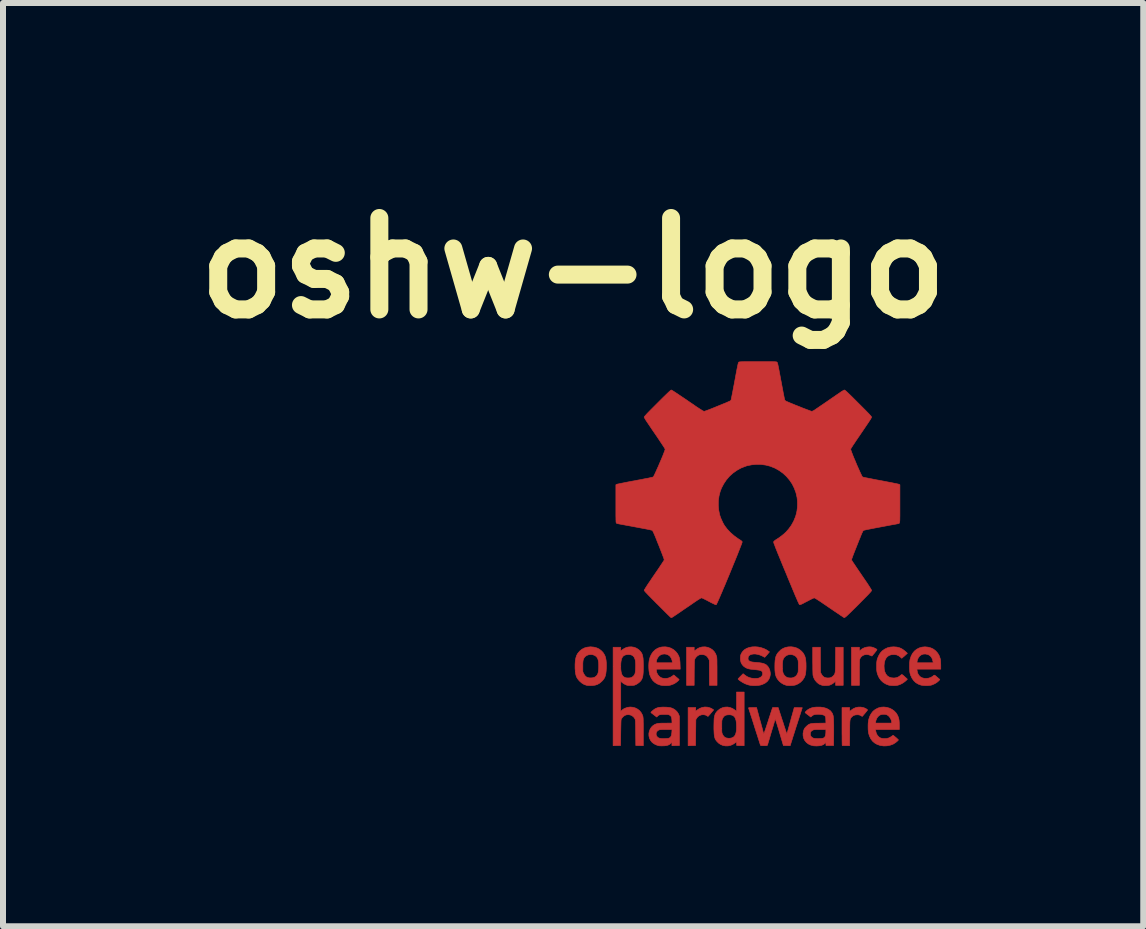
<source format=kicad_pcb>
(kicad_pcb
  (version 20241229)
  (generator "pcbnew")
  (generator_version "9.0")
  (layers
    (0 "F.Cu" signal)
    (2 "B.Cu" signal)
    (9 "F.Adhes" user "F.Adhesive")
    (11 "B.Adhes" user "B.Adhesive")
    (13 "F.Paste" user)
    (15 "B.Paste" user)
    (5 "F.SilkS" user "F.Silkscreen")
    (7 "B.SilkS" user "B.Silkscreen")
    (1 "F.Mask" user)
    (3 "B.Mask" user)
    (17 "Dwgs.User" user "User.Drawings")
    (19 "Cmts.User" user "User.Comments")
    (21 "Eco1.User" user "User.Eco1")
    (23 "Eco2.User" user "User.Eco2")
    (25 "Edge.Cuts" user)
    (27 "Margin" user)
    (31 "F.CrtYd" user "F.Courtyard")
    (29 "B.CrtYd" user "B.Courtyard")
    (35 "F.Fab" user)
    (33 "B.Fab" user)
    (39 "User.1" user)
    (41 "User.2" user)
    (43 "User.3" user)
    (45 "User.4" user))
  (footprint "oshw-logo"
    (layer "F.Cu")
    (at 9.582 6.178)
    (property "Reference" "oshw-logo" (at -3.08 -4.76 0) (layer "F.SilkS") (effects (font (size 1.524 1.524) (thickness 0.3))))
    (attr through_hole)
    (fp_poly (pts (xy -0.843 2.558) (xy -0.815 2.565) (xy -0.793 2.572) (xy -0.772 2.582) (xy -0.758 2.59) (xy -0.737 2.604) (xy -0.783 2.658) (xy -0.799 2.678) (xy -0.814 2.694) (xy -0.825 2.706) (xy -0.831 2.712) (xy -0.831 2.713) (xy -0.837 2.71) (xy -0.847 2.704) (xy -0.848 2.703) (xy -0.873 2.69) (xy -0.903 2.684) (xy -0.934 2.685) (xy -0.941 2.687) (xy -0.974 2.698) (xy -1.001 2.718) (xy -1.02 2.742) (xy -1.034 2.766) (xy -1.039 3.198) (xy -1.163 3.201) (xy -1.163 2.565) (xy -1.036 2.565) (xy -1.036 2.626) (xy -1.009 2.604) (xy -0.971 2.58) (xy -0.93 2.564) (xy -0.887 2.556) (xy -0.843 2.558)) (stroke (width 0.01) (type solid)) (fill yes) (layer "F.Cu"))
    (fp_poly (pts (xy 1.889 1.555) (xy 1.907 1.559) (xy 1.928 1.566) (xy 1.948 1.575) (xy 1.966 1.584) (xy 1.979 1.592) (xy 1.985 1.598) (xy 1.982 1.604) (xy 1.975 1.616) (xy 1.962 1.633) (xy 1.947 1.652) (xy 1.945 1.655) (xy 1.929 1.673) (xy 1.916 1.689) (xy 1.906 1.701) (xy 1.902 1.706) (xy 1.901 1.706) (xy 1.897 1.705) (xy 1.885 1.701) (xy 1.873 1.695) (xy 1.841 1.684) (xy 1.808 1.681) (xy 1.776 1.686) (xy 1.748 1.698) (xy 1.723 1.717) (xy 1.705 1.743) (xy 1.697 1.763) (xy 1.695 1.772) (xy 1.694 1.791) (xy 1.693 1.817) (xy 1.693 1.851) (xy 1.692 1.89) (xy 1.692 1.935) (xy 1.692 1.984) (xy 1.692 2.195) (xy 1.56 2.195) (xy 1.56 1.56) (xy 1.692 1.56) (xy 1.692 1.626) (xy 1.711 1.607) (xy 1.74 1.585) (xy 1.775 1.568) (xy 1.815 1.557) (xy 1.855 1.553) (xy 1.889 1.555)) (stroke (width 0.01) (type solid)) (fill yes) (layer "F.Cu"))
    (fp_poly (pts (xy -0.837 1.561) (xy -0.796 1.577) (xy -0.76 1.6) (xy -0.729 1.631) (xy -0.705 1.668) (xy -0.689 1.71) (xy -0.686 1.721) (xy -0.685 1.734) (xy -0.683 1.758) (xy -0.682 1.791) (xy -0.682 1.833) (xy -0.681 1.885) (xy -0.681 1.946) (xy -0.681 1.971) (xy -0.681 2.195) (xy -0.807 2.195) (xy -0.809 1.985) (xy -0.81 1.775) (xy -0.826 1.745) (xy -0.844 1.717) (xy -0.867 1.698) (xy -0.896 1.686) (xy -0.925 1.682) (xy -0.946 1.682) (xy -0.966 1.684) (xy -0.978 1.687) (xy -1 1.698) (xy -1.022 1.716) (xy -1.04 1.738) (xy -1.049 1.753) (xy -1.051 1.759) (xy -1.053 1.765) (xy -1.055 1.773) (xy -1.057 1.783) (xy -1.058 1.797) (xy -1.058 1.815) (xy -1.059 1.839) (xy -1.06 1.87) (xy -1.06 1.907) (xy -1.061 1.954) (xy -1.061 1.985) (xy -1.062 2.195) (xy -1.189 2.195) (xy -1.189 1.56) (xy -1.062 1.56) (xy -1.062 1.626) (xy -1.033 1.602) (xy -1.001 1.58) (xy -0.969 1.565) (xy -0.933 1.556) (xy -0.926 1.555) (xy -0.88 1.553) (xy -0.837 1.561)) (stroke (width 0.01) (type solid)) (fill yes) (layer "F.Cu"))
    (fp_poly (pts (xy 1.042 1.769) (xy 1.044 1.979) (xy 1.059 2.009) (xy 1.078 2.037) (xy 1.101 2.056) (xy 1.129 2.068) (xy 1.159 2.072) (xy 1.193 2.071) (xy 1.222 2.063) (xy 1.245 2.048) (xy 1.259 2.035) (xy 1.267 2.025) (xy 1.273 2.017) (xy 1.278 2.008) (xy 1.283 1.998) (xy 1.286 1.985) (xy 1.289 1.969) (xy 1.29 1.949) (xy 1.292 1.923) (xy 1.293 1.89) (xy 1.293 1.85) (xy 1.294 1.802) (xy 1.294 1.767) (xy 1.296 1.56) (xy 1.422 1.56) (xy 1.422 2.195) (xy 1.295 2.195) (xy 1.295 2.162) (xy 1.295 2.145) (xy 1.294 2.133) (xy 1.293 2.129) (xy 1.288 2.132) (xy 1.278 2.14) (xy 1.271 2.147) (xy 1.256 2.159) (xy 1.237 2.172) (xy 1.219 2.181) (xy 1.202 2.189) (xy 1.187 2.194) (xy 1.17 2.196) (xy 1.149 2.198) (xy 1.135 2.198) (xy 1.108 2.199) (xy 1.087 2.197) (xy 1.071 2.194) (xy 1.059 2.19) (xy 1.036 2.181) (xy 1.019 2.173) (xy 1.004 2.162) (xy 0.986 2.146) (xy 0.981 2.142) (xy 0.952 2.108) (xy 0.931 2.068) (xy 0.92 2.033) (xy 0.918 2.02) (xy 0.917 1.996) (xy 0.916 1.963) (xy 0.915 1.921) (xy 0.915 1.869) (xy 0.914 1.808) (xy 0.914 1.783) (xy 0.914 1.56) (xy 1.041 1.56) (xy 1.042 1.769)) (stroke (width 0.01) (type solid)) (fill yes) (layer "F.Cu"))
    (fp_poly (pts (xy 1.753 2.564) (xy 1.769 2.569) (xy 1.788 2.577) (xy 1.805 2.586) (xy 1.819 2.595) (xy 1.827 2.603) (xy 1.828 2.606) (xy 1.824 2.611) (xy 1.816 2.622) (xy 1.804 2.637) (xy 1.79 2.654) (xy 1.775 2.672) (xy 1.761 2.688) (xy 1.75 2.702) (xy 1.742 2.71) (xy 1.74 2.713) (xy 1.735 2.71) (xy 1.724 2.705) (xy 1.714 2.699) (xy 1.698 2.691) (xy 1.683 2.687) (xy 1.664 2.685) (xy 1.654 2.685) (xy 1.619 2.689) (xy 1.59 2.7) (xy 1.567 2.719) (xy 1.562 2.724) (xy 1.555 2.732) (xy 1.549 2.74) (xy 1.544 2.749) (xy 1.54 2.758) (xy 1.537 2.77) (xy 1.535 2.785) (xy 1.533 2.805) (xy 1.532 2.83) (xy 1.531 2.861) (xy 1.531 2.9) (xy 1.53 2.947) (xy 1.53 2.988) (xy 1.528 3.2) (xy 1.469 3.2) (xy 1.445 3.2) (xy 1.425 3.199) (xy 1.411 3.198) (xy 1.405 3.197) (xy 1.405 3.191) (xy 1.404 3.177) (xy 1.404 3.153) (xy 1.403 3.123) (xy 1.403 3.085) (xy 1.403 3.042) (xy 1.402 2.994) (xy 1.402 2.942) (xy 1.402 2.887) (xy 1.402 2.565) (xy 1.529 2.565) (xy 1.529 2.596) (xy 1.53 2.612) (xy 1.531 2.623) (xy 1.532 2.626) (xy 1.538 2.623) (xy 1.548 2.615) (xy 1.555 2.609) (xy 1.589 2.585) (xy 1.628 2.567) (xy 1.67 2.558) (xy 1.712 2.557) (xy 1.753 2.564)) (stroke (width 0.01) (type solid)) (fill yes) (layer "F.Cu"))
    (fp_poly (pts (xy 2.316 1.557) (xy 2.365 1.57) (xy 2.411 1.593) (xy 2.453 1.625) (xy 2.46 1.631) (xy 2.492 1.661) (xy 2.466 1.684) (xy 2.449 1.7) (xy 2.431 1.716) (xy 2.419 1.725) (xy 2.398 1.744) (xy 2.377 1.725) (xy 2.345 1.701) (xy 2.312 1.687) (xy 2.275 1.682) (xy 2.265 1.682) (xy 2.227 1.684) (xy 2.195 1.693) (xy 2.168 1.709) (xy 2.159 1.715) (xy 2.136 1.742) (xy 2.119 1.776) (xy 2.108 1.818) (xy 2.103 1.866) (xy 2.103 1.876) (xy 2.106 1.927) (xy 2.116 1.97) (xy 2.133 2.006) (xy 2.155 2.035) (xy 2.184 2.055) (xy 2.219 2.068) (xy 2.26 2.072) (xy 2.275 2.072) (xy 2.31 2.067) (xy 2.339 2.056) (xy 2.366 2.038) (xy 2.378 2.029) (xy 2.387 2.021) (xy 2.394 2.016) (xy 2.401 2.015) (xy 2.409 2.019) (xy 2.42 2.027) (xy 2.436 2.041) (xy 2.456 2.059) (xy 2.492 2.092) (xy 2.477 2.108) (xy 2.449 2.133) (xy 2.416 2.156) (xy 2.381 2.175) (xy 2.351 2.187) (xy 2.328 2.194) (xy 2.307 2.197) (xy 2.283 2.199) (xy 2.259 2.199) (xy 2.234 2.198) (xy 2.209 2.196) (xy 2.19 2.193) (xy 2.182 2.192) (xy 2.133 2.173) (xy 2.09 2.147) (xy 2.053 2.113) (xy 2.023 2.072) (xy 2.012 2.051) (xy 2 2.024) (xy 1.991 1.999) (xy 1.985 1.975) (xy 1.981 1.949) (xy 1.979 1.918) (xy 1.979 1.879) (xy 1.979 1.877) (xy 1.979 1.838) (xy 1.981 1.807) (xy 1.985 1.78) (xy 1.991 1.756) (xy 2 1.732) (xy 2.012 1.704) (xy 2.013 1.702) (xy 2.039 1.658) (xy 2.072 1.621) (xy 2.112 1.592) (xy 2.157 1.57) (xy 2.208 1.557) (xy 2.263 1.553) (xy 2.316 1.557)) (stroke (width 0.01) (type solid)) (fill yes) (layer "F.Cu"))
    (fp_poly (pts (xy -1.493 1.56) (xy -1.447 1.576) (xy -1.404 1.601) (xy -1.368 1.633) (xy -1.34 1.668) (xy -1.326 1.693) (xy -1.315 1.717) (xy -1.307 1.743) (xy -1.302 1.774) (xy -1.298 1.811) (xy -1.297 1.845) (xy -1.294 1.925) (xy -1.692 1.925) (xy -1.692 1.942) (xy -1.687 1.978) (xy -1.672 2.011) (xy -1.649 2.04) (xy -1.626 2.059) (xy -1.601 2.072) (xy -1.572 2.078) (xy -1.537 2.08) (xy -1.497 2.075) (xy -1.458 2.06) (xy -1.421 2.037) (xy -1.421 2.036) (xy -1.402 2.021) (xy -1.359 2.058) (xy -1.341 2.073) (xy -1.326 2.086) (xy -1.317 2.095) (xy -1.313 2.098) (xy -1.315 2.104) (xy -1.324 2.114) (xy -1.337 2.126) (xy -1.354 2.14) (xy -1.372 2.153) (xy -1.389 2.164) (xy -1.398 2.169) (xy -1.421 2.178) (xy -1.445 2.187) (xy -1.46 2.192) (xy -1.488 2.197) (xy -1.521 2.199) (xy -1.557 2.199) (xy -1.591 2.197) (xy -1.62 2.192) (xy -1.628 2.19) (xy -1.676 2.172) (xy -1.717 2.146) (xy -1.751 2.114) (xy -1.778 2.074) (xy -1.799 2.026) (xy -1.802 2.02) (xy -1.809 1.989) (xy -1.815 1.951) (xy -1.818 1.909) (xy -1.819 1.866) (xy -1.817 1.824) (xy -1.815 1.804) (xy -1.692 1.804) (xy -1.692 1.819) (xy -1.427 1.819) (xy -1.427 1.801) (xy -1.431 1.776) (xy -1.441 1.748) (xy -1.456 1.723) (xy -1.469 1.707) (xy -1.495 1.688) (xy -1.526 1.676) (xy -1.559 1.672) (xy -1.593 1.676) (xy -1.619 1.686) (xy -1.645 1.704) (xy -1.667 1.73) (xy -1.683 1.76) (xy -1.691 1.792) (xy -1.692 1.804) (xy -1.815 1.804) (xy -1.813 1.787) (xy -1.811 1.777) (xy -1.797 1.724) (xy -1.775 1.677) (xy -1.747 1.637) (xy -1.712 1.603) (xy -1.673 1.578) (xy -1.629 1.561) (xy -1.596 1.555) (xy -1.543 1.553) (xy -1.493 1.56)) (stroke (width 0.01) (type solid)) (fill yes) (layer "F.Cu"))
    (fp_poly (pts (xy 2.835 1.558) (xy 2.883 1.571) (xy 2.927 1.592) (xy 2.965 1.622) (xy 2.997 1.658) (xy 3.022 1.7) (xy 3.038 1.747) (xy 3.041 1.757) (xy 3.044 1.776) (xy 3.046 1.803) (xy 3.047 1.833) (xy 3.048 1.858) (xy 3.048 1.925) (xy 2.65 1.925) (xy 2.654 1.952) (xy 2.663 1.992) (xy 2.68 2.024) (xy 2.704 2.05) (xy 2.734 2.068) (xy 2.771 2.078) (xy 2.802 2.08) (xy 2.845 2.075) (xy 2.883 2.063) (xy 2.916 2.042) (xy 2.92 2.039) (xy 2.929 2.031) (xy 2.936 2.026) (xy 2.942 2.025) (xy 2.949 2.028) (xy 2.96 2.035) (xy 2.974 2.047) (xy 2.995 2.065) (xy 3.01 2.078) (xy 3.023 2.089) (xy 3.031 2.096) (xy 3.032 2.097) (xy 3.03 2.101) (xy 3.023 2.11) (xy 3.011 2.123) (xy 3.01 2.123) (xy 2.981 2.148) (xy 2.945 2.169) (xy 2.906 2.186) (xy 2.887 2.192) (xy 2.861 2.196) (xy 2.829 2.199) (xy 2.794 2.199) (xy 2.759 2.197) (xy 2.73 2.193) (xy 2.721 2.192) (xy 2.675 2.175) (xy 2.634 2.151) (xy 2.599 2.118) (xy 2.57 2.078) (xy 2.547 2.03) (xy 2.536 1.996) (xy 2.532 1.973) (xy 2.529 1.942) (xy 2.527 1.907) (xy 2.527 1.869) (xy 2.528 1.832) (xy 2.529 1.819) (xy 2.651 1.819) (xy 2.922 1.819) (xy 2.919 1.8) (xy 2.908 1.758) (xy 2.892 1.726) (xy 2.869 1.701) (xy 2.841 1.684) (xy 2.827 1.679) (xy 2.789 1.672) (xy 2.754 1.675) (xy 2.723 1.687) (xy 2.696 1.707) (xy 2.675 1.734) (xy 2.66 1.768) (xy 2.654 1.795) (xy 2.651 1.819) (xy 2.529 1.819) (xy 2.531 1.798) (xy 2.534 1.77) (xy 2.537 1.76) (xy 2.554 1.708) (xy 2.578 1.662) (xy 2.609 1.624) (xy 2.646 1.594) (xy 2.688 1.572) (xy 2.735 1.558) (xy 2.784 1.553) (xy 2.835 1.558)) (stroke (width 0.01) (type solid)) (fill yes) (layer "F.Cu"))
    (fp_poly (pts (xy -2.733 1.558) (xy -2.685 1.571) (xy -2.642 1.592) (xy -2.604 1.623) (xy -2.58 1.649) (xy -2.562 1.677) (xy -2.547 1.706) (xy -2.537 1.74) (xy -2.53 1.777) (xy -2.526 1.822) (xy -2.525 1.873) (xy -2.526 1.908) (xy -2.529 1.957) (xy -2.534 1.997) (xy -2.541 2.031) (xy -2.552 2.061) (xy -2.567 2.087) (xy -2.586 2.112) (xy -2.603 2.129) (xy -2.637 2.158) (xy -2.673 2.179) (xy -2.713 2.192) (xy -2.759 2.198) (xy -2.789 2.199) (xy -2.812 2.198) (xy -2.835 2.197) (xy -2.852 2.195) (xy -2.856 2.194) (xy -2.897 2.18) (xy -2.936 2.156) (xy -2.97 2.126) (xy -2.992 2.102) (xy -3.01 2.077) (xy -3.024 2.052) (xy -3.033 2.023) (xy -3.04 1.988) (xy -3.044 1.947) (xy -3.047 1.91) (xy -3.047 1.882) (xy -2.918 1.882) (xy -2.918 1.969) (xy -2.902 2.002) (xy -2.884 2.031) (xy -2.863 2.052) (xy -2.836 2.065) (xy -2.804 2.071) (xy -2.778 2.071) (xy -2.755 2.069) (xy -2.737 2.065) (xy -2.721 2.059) (xy -2.716 2.056) (xy -2.696 2.042) (xy -2.681 2.025) (xy -2.669 2.004) (xy -2.661 1.978) (xy -2.656 1.945) (xy -2.653 1.904) (xy -2.653 1.9) (xy -2.653 1.849) (xy -2.655 1.807) (xy -2.662 1.772) (xy -2.672 1.744) (xy -2.687 1.722) (xy -2.706 1.705) (xy -2.723 1.695) (xy -2.754 1.684) (xy -2.788 1.681) (xy -2.821 1.685) (xy -2.851 1.696) (xy -2.877 1.713) (xy -2.891 1.73) (xy -2.901 1.745) (xy -2.908 1.761) (xy -2.913 1.779) (xy -2.916 1.801) (xy -2.918 1.829) (xy -2.918 1.864) (xy -2.918 1.882) (xy -3.047 1.882) (xy -3.047 1.845) (xy -3.043 1.787) (xy -3.034 1.737) (xy -3.021 1.696) (xy -3.004 1.665) (xy -2.971 1.625) (xy -2.934 1.594) (xy -2.892 1.572) (xy -2.846 1.559) (xy -2.793 1.553) (xy -2.786 1.553) (xy -2.733 1.558)) (stroke (width 0.01) (type solid)) (fill yes) (layer "F.Cu"))
    (fp_poly (pts (xy 2.148 2.562) (xy 2.194 2.575) (xy 2.236 2.596) (xy 2.273 2.623) (xy 2.305 2.657) (xy 2.326 2.691) (xy 2.338 2.718) (xy 2.347 2.745) (xy 2.353 2.775) (xy 2.356 2.809) (xy 2.357 2.851) (xy 2.357 2.859) (xy 2.357 2.931) (xy 1.96 2.931) (xy 1.964 2.955) (xy 1.974 2.994) (xy 1.991 3.027) (xy 2.016 3.054) (xy 2.04 3.07) (xy 2.057 3.076) (xy 2.081 3.081) (xy 2.103 3.082) (xy 2.144 3.081) (xy 2.181 3.072) (xy 2.215 3.054) (xy 2.228 3.045) (xy 2.241 3.036) (xy 2.25 3.029) (xy 2.254 3.028) (xy 2.259 3.031) (xy 2.27 3.039) (xy 2.284 3.051) (xy 2.3 3.064) (xy 2.316 3.078) (xy 2.329 3.091) (xy 2.339 3.1) (xy 2.342 3.104) (xy 2.338 3.111) (xy 2.327 3.122) (xy 2.312 3.135) (xy 2.295 3.149) (xy 2.276 3.161) (xy 2.259 3.172) (xy 2.253 3.175) (xy 2.204 3.193) (xy 2.152 3.203) (xy 2.099 3.205) (xy 2.046 3.198) (xy 2.033 3.195) (xy 1.985 3.178) (xy 1.944 3.154) (xy 1.909 3.123) (xy 1.881 3.084) (xy 1.859 3.038) (xy 1.848 3.003) (xy 1.842 2.972) (xy 1.838 2.935) (xy 1.837 2.894) (xy 1.837 2.851) (xy 1.839 2.824) (xy 1.96 2.824) (xy 2.23 2.824) (xy 2.23 2.813) (xy 2.226 2.784) (xy 2.214 2.754) (xy 2.197 2.726) (xy 2.176 2.703) (xy 2.152 2.687) (xy 2.152 2.687) (xy 2.129 2.68) (xy 2.101 2.677) (xy 2.072 2.679) (xy 2.051 2.683) (xy 2.024 2.696) (xy 2 2.718) (xy 1.981 2.746) (xy 1.968 2.779) (xy 1.964 2.8) (xy 1.96 2.824) (xy 1.839 2.824) (xy 1.84 2.811) (xy 1.845 2.776) (xy 1.848 2.761) (xy 1.866 2.708) (xy 1.89 2.664) (xy 1.919 2.627) (xy 1.955 2.598) (xy 1.997 2.576) (xy 2.008 2.571) (xy 2.054 2.559) (xy 2.101 2.556) (xy 2.148 2.562)) (stroke (width 0.01) (type solid)) (fill yes) (layer "F.Cu"))
    (fp_poly (pts (xy -0.229 3.201) (xy -0.353 3.198) (xy -0.355 3.166) (xy -0.356 3.134) (xy -0.373 3.149) (xy -0.411 3.175) (xy -0.452 3.194) (xy -0.497 3.204) (xy -0.541 3.204) (xy -0.585 3.196) (xy -0.586 3.195) (xy -0.62 3.181) (xy -0.651 3.161) (xy -0.672 3.141) (xy -0.688 3.124) (xy -0.701 3.106) (xy -0.712 3.087) (xy -0.719 3.065) (xy -0.725 3.039) (xy -0.729 3.007) (xy -0.731 2.969) (xy -0.733 2.923) (xy -0.733 2.88) (xy -0.602 2.88) (xy -0.602 2.916) (xy -0.602 2.943) (xy -0.601 2.963) (xy -0.6 2.978) (xy -0.598 2.989) (xy -0.595 2.998) (xy -0.592 3.008) (xy -0.59 3.011) (xy -0.573 3.039) (xy -0.552 3.06) (xy -0.525 3.072) (xy -0.492 3.077) (xy -0.472 3.077) (xy -0.442 3.073) (xy -0.418 3.063) (xy -0.417 3.063) (xy -0.397 3.049) (xy -0.382 3.029) (xy -0.37 3.004) (xy -0.362 2.973) (xy -0.357 2.934) (xy -0.356 2.886) (xy -0.356 2.88) (xy -0.358 2.828) (xy -0.363 2.785) (xy -0.373 2.751) (xy -0.387 2.724) (xy -0.406 2.705) (xy -0.43 2.692) (xy -0.459 2.686) (xy -0.483 2.685) (xy -0.517 2.688) (xy -0.544 2.696) (xy -0.565 2.712) (xy -0.582 2.735) (xy -0.59 2.751) (xy -0.594 2.76) (xy -0.597 2.769) (xy -0.599 2.78) (xy -0.601 2.793) (xy -0.601 2.812) (xy -0.602 2.836) (xy -0.602 2.869) (xy -0.602 2.88) (xy -0.733 2.88) (xy -0.732 2.827) (xy -0.731 2.783) (xy -0.729 2.747) (xy -0.724 2.717) (xy -0.718 2.692) (xy -0.71 2.67) (xy -0.699 2.652) (xy -0.685 2.634) (xy -0.668 2.616) (xy -0.667 2.615) (xy -0.631 2.587) (xy -0.591 2.568) (xy -0.549 2.558) (xy -0.506 2.556) (xy -0.462 2.565) (xy -0.42 2.582) (xy -0.411 2.588) (xy -0.394 2.599) (xy -0.377 2.611) (xy -0.372 2.614) (xy -0.356 2.628) (xy -0.356 2.306) (xy -0.229 2.306) (xy -0.229 3.201)) (stroke (width 0.01) (type solid)) (fill yes) (layer "F.Cu"))
    (fp_poly (pts (xy 0.605 1.559) (xy 0.652 1.574) (xy 0.694 1.598) (xy 0.728 1.627) (xy 0.751 1.652) (xy 0.768 1.679) (xy 0.782 1.707) (xy 0.792 1.74) (xy 0.798 1.778) (xy 0.802 1.823) (xy 0.803 1.876) (xy 0.803 1.878) (xy 0.802 1.93) (xy 0.798 1.973) (xy 0.793 2.01) (xy 0.784 2.04) (xy 0.775 2.062) (xy 0.748 2.104) (xy 0.715 2.139) (xy 0.676 2.167) (xy 0.633 2.187) (xy 0.626 2.189) (xy 0.6 2.195) (xy 0.568 2.198) (xy 0.533 2.199) (xy 0.5 2.198) (xy 0.472 2.194) (xy 0.467 2.192) (xy 0.429 2.178) (xy 0.392 2.156) (xy 0.36 2.13) (xy 0.354 2.124) (xy 0.333 2.099) (xy 0.316 2.074) (xy 0.303 2.047) (xy 0.294 2.018) (xy 0.288 1.984) (xy 0.284 1.943) (xy 0.283 1.895) (xy 0.283 1.877) (xy 0.41 1.877) (xy 0.41 1.918) (xy 0.412 1.951) (xy 0.417 1.977) (xy 0.423 1.998) (xy 0.433 2.015) (xy 0.445 2.031) (xy 0.451 2.037) (xy 0.471 2.054) (xy 0.491 2.065) (xy 0.514 2.07) (xy 0.544 2.072) (xy 0.569 2.071) (xy 0.59 2.065) (xy 0.602 2.061) (xy 0.625 2.047) (xy 0.642 2.032) (xy 0.656 2.01) (xy 0.661 1.999) (xy 0.666 1.989) (xy 0.669 1.98) (xy 0.671 1.969) (xy 0.672 1.955) (xy 0.673 1.936) (xy 0.673 1.91) (xy 0.673 1.877) (xy 0.673 1.843) (xy 0.673 1.817) (xy 0.672 1.798) (xy 0.671 1.784) (xy 0.668 1.774) (xy 0.665 1.764) (xy 0.661 1.755) (xy 0.648 1.73) (xy 0.632 1.713) (xy 0.612 1.699) (xy 0.602 1.694) (xy 0.569 1.683) (xy 0.535 1.681) (xy 0.502 1.687) (xy 0.472 1.7) (xy 0.448 1.72) (xy 0.434 1.736) (xy 0.424 1.754) (xy 0.417 1.775) (xy 0.413 1.801) (xy 0.41 1.833) (xy 0.41 1.874) (xy 0.41 1.877) (xy 0.283 1.877) (xy 0.284 1.824) (xy 0.287 1.78) (xy 0.293 1.743) (xy 0.301 1.711) (xy 0.314 1.683) (xy 0.33 1.658) (xy 0.351 1.634) (xy 0.352 1.633) (xy 0.385 1.601) (xy 0.421 1.579) (xy 0.46 1.563) (xy 0.505 1.554) (xy 0.556 1.552) (xy 0.605 1.559)) (stroke (width 0.01) (type solid)) (fill yes) (layer "F.Cu"))
    (fp_poly (pts (xy 0.004 1.556) (xy 0.054 1.567) (xy 0.102 1.583) (xy 0.146 1.605) (xy 0.155 1.611) (xy 0.193 1.637) (xy 0.178 1.655) (xy 0.167 1.669) (xy 0.152 1.686) (xy 0.139 1.701) (xy 0.114 1.728) (xy 0.071 1.705) (xy 0.033 1.689) (xy -0.006 1.678) (xy -0.044 1.672) (xy -0.079 1.673) (xy -0.11 1.679) (xy -0.135 1.69) (xy -0.154 1.707) (xy -0.161 1.725) (xy -0.164 1.745) (xy -0.163 1.761) (xy -0.159 1.772) (xy -0.15 1.783) (xy -0.148 1.784) (xy -0.139 1.791) (xy -0.127 1.797) (xy -0.113 1.802) (xy -0.094 1.806) (xy -0.07 1.809) (xy -0.037 1.812) (xy -0.02 1.813) (xy 0.027 1.818) (xy 0.066 1.824) (xy 0.097 1.832) (xy 0.122 1.843) (xy 0.141 1.854) (xy 0.166 1.879) (xy 0.186 1.911) (xy 0.2 1.948) (xy 0.207 1.988) (xy 0.207 2.018) (xy 0.198 2.06) (xy 0.181 2.098) (xy 0.156 2.13) (xy 0.122 2.157) (xy 0.081 2.177) (xy 0.043 2.19) (xy 0.005 2.196) (xy -0.038 2.199) (xy -0.082 2.199) (xy -0.124 2.195) (xy -0.152 2.189) (xy -0.176 2.182) (xy -0.203 2.172) (xy -0.228 2.161) (xy -0.231 2.159) (xy -0.25 2.149) (xy -0.271 2.136) (xy -0.291 2.123) (xy -0.309 2.11) (xy -0.322 2.099) (xy -0.329 2.091) (xy -0.33 2.089) (xy -0.327 2.084) (xy -0.318 2.074) (xy -0.304 2.059) (xy -0.288 2.043) (xy -0.246 2.001) (xy -0.221 2.021) (xy -0.184 2.047) (xy -0.145 2.065) (xy -0.102 2.076) (xy -0.053 2.08) (xy -0.048 2.08) (xy -0.023 2.079) (xy -0.004 2.078) (xy 0.011 2.075) (xy 0.025 2.07) (xy 0.029 2.068) (xy 0.055 2.053) (xy 0.071 2.033) (xy 0.08 2.011) (xy 0.078 1.986) (xy 0.075 1.975) (xy 0.069 1.965) (xy 0.061 1.956) (xy 0.049 1.95) (xy 0.032 1.944) (xy 0.008 1.94) (xy -0.024 1.936) (xy -0.051 1.933) (xy -0.089 1.929) (xy -0.118 1.926) (xy -0.141 1.922) (xy -0.16 1.918) (xy -0.176 1.913) (xy -0.191 1.906) (xy -0.201 1.902) (xy -0.235 1.879) (xy -0.261 1.851) (xy -0.28 1.817) (xy -0.29 1.777) (xy -0.292 1.75) (xy -0.291 1.727) (xy -0.289 1.706) (xy -0.286 1.689) (xy -0.286 1.688) (xy -0.273 1.659) (xy -0.253 1.63) (xy -0.228 1.605) (xy -0.221 1.599) (xy -0.185 1.578) (xy -0.143 1.563) (xy -0.096 1.554) (xy -0.046 1.552) (xy 0.004 1.556)) (stroke (width 0.01) (type solid)) (fill yes) (layer "F.Cu"))
    (fp_poly (pts (xy 1.039 2.557) (xy 1.091 2.564) (xy 1.138 2.577) (xy 1.177 2.596) (xy 1.21 2.62) (xy 1.234 2.651) (xy 1.242 2.665) (xy 1.247 2.678) (xy 1.252 2.692) (xy 1.256 2.708) (xy 1.258 2.728) (xy 1.261 2.752) (xy 1.262 2.781) (xy 1.263 2.816) (xy 1.264 2.858) (xy 1.264 2.908) (xy 1.264 2.967) (xy 1.264 2.99) (xy 1.262 3.198) (xy 1.135 3.198) (xy 1.134 3.171) (xy 1.132 3.144) (xy 1.119 3.16) (xy 1.096 3.18) (xy 1.065 3.194) (xy 1.026 3.202) (xy 0.981 3.205) (xy 0.976 3.205) (xy 0.956 3.204) (xy 0.937 3.203) (xy 0.925 3.202) (xy 0.925 3.202) (xy 0.879 3.19) (xy 0.84 3.171) (xy 0.807 3.145) (xy 0.781 3.113) (xy 0.763 3.077) (xy 0.754 3.037) (xy 0.753 3.006) (xy 0.874 3.006) (xy 0.875 3.023) (xy 0.879 3.035) (xy 0.887 3.047) (xy 0.89 3.051) (xy 0.903 3.063) (xy 0.918 3.072) (xy 0.935 3.078) (xy 0.957 3.081) (xy 0.986 3.082) (xy 1.013 3.082) (xy 1.043 3.081) (xy 1.065 3.08) (xy 1.081 3.077) (xy 1.092 3.074) (xy 1.096 3.072) (xy 1.113 3.059) (xy 1.124 3.039) (xy 1.13 3.013) (xy 1.133 2.978) (xy 1.133 2.976) (xy 1.133 2.931) (xy 1.035 2.931) (xy 1 2.931) (xy 0.973 2.932) (xy 0.954 2.933) (xy 0.939 2.934) (xy 0.928 2.937) (xy 0.919 2.94) (xy 0.917 2.941) (xy 0.894 2.955) (xy 0.88 2.972) (xy 0.874 2.995) (xy 0.874 3.006) (xy 0.753 3.006) (xy 0.753 2.995) (xy 0.762 2.951) (xy 0.769 2.931) (xy 0.776 2.916) (xy 0.787 2.901) (xy 0.803 2.884) (xy 0.804 2.883) (xy 0.821 2.867) (xy 0.836 2.855) (xy 0.851 2.845) (xy 0.868 2.838) (xy 0.888 2.833) (xy 0.913 2.83) (xy 0.944 2.827) (xy 0.982 2.826) (xy 1.015 2.826) (xy 1.134 2.824) (xy 1.132 2.771) (xy 1.131 2.747) (xy 1.13 2.731) (xy 1.127 2.72) (xy 1.123 2.712) (xy 1.118 2.705) (xy 1.099 2.692) (xy 1.07 2.683) (xy 1.033 2.678) (xy 1.007 2.677) (xy 0.972 2.678) (xy 0.946 2.682) (xy 0.925 2.689) (xy 0.908 2.7) (xy 0.9 2.706) (xy 0.882 2.723) (xy 0.835 2.687) (xy 0.816 2.673) (xy 0.801 2.661) (xy 0.791 2.652) (xy 0.787 2.649) (xy 0.791 2.64) (xy 0.802 2.627) (xy 0.817 2.613) (xy 0.832 2.601) (xy 0.865 2.582) (xy 0.902 2.568) (xy 0.946 2.56) (xy 0.98 2.557) (xy 1.039 2.557)) (stroke (width 0.01) (type solid)) (fill yes) (layer "F.Cu"))
    (fp_poly (pts (xy -1.521 2.559) (xy -1.484 2.563) (xy -1.454 2.568) (xy -1.426 2.577) (xy -1.401 2.59) (xy -1.371 2.611) (xy -1.344 2.639) (xy -1.324 2.671) (xy -1.32 2.68) (xy -1.308 2.71) (xy -1.308 3.198) (xy -1.433 3.201) (xy -1.433 3.173) (xy -1.433 3.157) (xy -1.434 3.147) (xy -1.435 3.145) (xy -1.44 3.148) (xy -1.449 3.157) (xy -1.453 3.162) (xy -1.472 3.179) (xy -1.496 3.191) (xy -1.525 3.199) (xy -1.563 3.203) (xy -1.577 3.203) (xy -1.603 3.204) (xy -1.627 3.203) (xy -1.647 3.202) (xy -1.656 3.2) (xy -1.686 3.191) (xy -1.717 3.177) (xy -1.745 3.159) (xy -1.764 3.144) (xy -1.79 3.111) (xy -1.807 3.076) (xy -1.816 3.038) (xy -1.817 2.999) (xy -1.817 2.997) (xy -1.696 2.997) (xy -1.695 3.021) (xy -1.686 3.042) (xy -1.67 3.061) (xy -1.668 3.062) (xy -1.654 3.071) (xy -1.64 3.076) (xy -1.623 3.08) (xy -1.602 3.082) (xy -1.573 3.082) (xy -1.557 3.082) (xy -1.528 3.081) (xy -1.508 3.08) (xy -1.493 3.078) (xy -1.483 3.075) (xy -1.473 3.071) (xy -1.473 3.071) (xy -1.458 3.058) (xy -1.446 3.041) (xy -1.439 3.017) (xy -1.435 2.986) (xy -1.434 2.977) (xy -1.431 2.931) (xy -1.532 2.931) (xy -1.568 2.931) (xy -1.595 2.932) (xy -1.615 2.933) (xy -1.63 2.934) (xy -1.641 2.936) (xy -1.65 2.939) (xy -1.655 2.941) (xy -1.676 2.956) (xy -1.69 2.975) (xy -1.696 2.997) (xy -1.817 2.997) (xy -1.81 2.961) (xy -1.796 2.925) (xy -1.775 2.892) (xy -1.747 2.865) (xy -1.715 2.845) (xy -1.699 2.839) (xy -1.684 2.834) (xy -1.667 2.83) (xy -1.647 2.828) (xy -1.622 2.826) (xy -1.59 2.825) (xy -1.551 2.825) (xy -1.54 2.825) (xy -1.431 2.824) (xy -1.433 2.776) (xy -1.436 2.748) (xy -1.44 2.727) (xy -1.448 2.711) (xy -1.46 2.699) (xy -1.474 2.69) (xy -1.482 2.686) (xy -1.492 2.683) (xy -1.505 2.681) (xy -1.523 2.68) (xy -1.549 2.68) (xy -1.56 2.68) (xy -1.593 2.68) (xy -1.619 2.682) (xy -1.638 2.686) (xy -1.653 2.692) (xy -1.665 2.702) (xy -1.675 2.711) (xy -1.685 2.724) (xy -1.734 2.687) (xy -1.753 2.672) (xy -1.769 2.66) (xy -1.779 2.651) (xy -1.783 2.647) (xy -1.783 2.647) (xy -1.779 2.64) (xy -1.769 2.63) (xy -1.755 2.617) (xy -1.739 2.604) (xy -1.724 2.593) (xy -1.71 2.584) (xy -1.709 2.584) (xy -1.688 2.574) (xy -1.668 2.567) (xy -1.647 2.562) (xy -1.622 2.56) (xy -1.592 2.558) (xy -1.565 2.558) (xy -1.521 2.559)) (stroke (width 0.01) (type solid)) (fill yes) (layer "F.Cu"))
    (fp_poly (pts (xy 0.035 2.777) (xy 0.048 2.822) (xy 0.059 2.865) (xy 0.07 2.903) (xy 0.079 2.936) (xy 0.086 2.964) (xy 0.092 2.984) (xy 0.096 2.997) (xy 0.097 3) (xy 0.099 2.999) (xy 0.103 2.991) (xy 0.11 2.975) (xy 0.118 2.951) (xy 0.13 2.917) (xy 0.144 2.875) (xy 0.152 2.85) (xy 0.166 2.808) (xy 0.179 2.766) (xy 0.192 2.726) (xy 0.204 2.69) (xy 0.214 2.658) (xy 0.222 2.635) (xy 0.224 2.628) (xy 0.245 2.565) (xy 0.338 2.565) (xy 0.406 2.775) (xy 0.421 2.819) (xy 0.434 2.861) (xy 0.447 2.9) (xy 0.458 2.933) (xy 0.467 2.961) (xy 0.473 2.981) (xy 0.478 2.994) (xy 0.479 2.997) (xy 0.48 2.999) (xy 0.483 2.997) (xy 0.486 2.99) (xy 0.49 2.979) (xy 0.496 2.961) (xy 0.503 2.937) (xy 0.512 2.905) (xy 0.523 2.866) (xy 0.536 2.817) (xy 0.544 2.79) (xy 0.556 2.744) (xy 0.568 2.702) (xy 0.579 2.663) (xy 0.588 2.63) (xy 0.596 2.603) (xy 0.601 2.583) (xy 0.605 2.57) (xy 0.606 2.567) (xy 0.612 2.566) (xy 0.625 2.566) (xy 0.645 2.566) (xy 0.67 2.566) (xy 0.674 2.567) (xy 0.74 2.568) (xy 0.657 2.827) (xy 0.64 2.878) (xy 0.624 2.929) (xy 0.609 2.976) (xy 0.595 3.021) (xy 0.582 3.06) (xy 0.572 3.094) (xy 0.563 3.121) (xy 0.557 3.14) (xy 0.556 3.143) (xy 0.538 3.201) (xy 0.425 3.198) (xy 0.359 2.975) (xy 0.342 2.918) (xy 0.327 2.87) (xy 0.315 2.831) (xy 0.305 2.802) (xy 0.298 2.78) (xy 0.293 2.767) (xy 0.289 2.761) (xy 0.288 2.762) (xy 0.286 2.768) (xy 0.281 2.784) (xy 0.274 2.807) (xy 0.265 2.837) (xy 0.255 2.872) (xy 0.243 2.911) (xy 0.23 2.954) (xy 0.223 2.977) (xy 0.21 3.021) (xy 0.198 3.062) (xy 0.187 3.1) (xy 0.177 3.132) (xy 0.169 3.159) (xy 0.164 3.178) (xy 0.16 3.189) (xy 0.159 3.192) (xy 0.157 3.195) (xy 0.152 3.198) (xy 0.141 3.2) (xy 0.125 3.2) (xy 0.101 3.2) (xy 0.074 3.2) (xy 0.056 3.199) (xy 0.046 3.196) (xy 0.043 3.194) (xy 0.041 3.188) (xy 0.037 3.174) (xy 0.029 3.151) (xy 0.02 3.121) (xy 0.008 3.085) (xy -0.005 3.043) (xy -0.02 2.997) (xy -0.036 2.947) (xy -0.053 2.894) (xy -0.056 2.884) (xy -0.073 2.83) (xy -0.089 2.779) (xy -0.104 2.732) (xy -0.118 2.69) (xy -0.13 2.652) (xy -0.14 2.621) (xy -0.148 2.597) (xy -0.153 2.581) (xy -0.156 2.573) (xy -0.156 2.573) (xy -0.155 2.57) (xy -0.151 2.568) (xy -0.14 2.566) (xy -0.122 2.566) (xy -0.096 2.565) (xy -0.09 2.565) (xy -0.022 2.565) (xy 0.035 2.777)) (stroke (width 0.01) (type solid)) (fill yes) (layer "F.Cu"))
    (fp_poly (pts (xy -2.064 1.56) (xy -2.023 1.576) (xy -1.986 1.601) (xy -1.973 1.613) (xy -1.956 1.631) (xy -1.943 1.649) (xy -1.932 1.668) (xy -1.924 1.691) (xy -1.918 1.717) (xy -1.913 1.748) (xy -1.911 1.786) (xy -1.91 1.831) (xy -1.909 1.877) (xy -1.91 1.93) (xy -1.911 1.975) (xy -1.914 2.011) (xy -1.918 2.042) (xy -1.925 2.067) (xy -1.933 2.089) (xy -1.944 2.108) (xy -1.958 2.126) (xy -1.972 2.14) (xy -1.993 2.157) (xy -2.018 2.174) (xy -2.031 2.181) (xy -2.047 2.188) (xy -2.06 2.193) (xy -2.074 2.195) (xy -2.09 2.197) (xy -2.114 2.197) (xy -2.121 2.197) (xy -2.146 2.197) (xy -2.164 2.196) (xy -2.178 2.194) (xy -2.191 2.19) (xy -2.205 2.183) (xy -2.21 2.181) (xy -2.231 2.17) (xy -2.251 2.156) (xy -2.264 2.146) (xy -2.286 2.128) (xy -2.286 2.628) (xy -2.265 2.609) (xy -2.248 2.595) (xy -2.227 2.582) (xy -2.216 2.577) (xy -2.173 2.562) (xy -2.129 2.556) (xy -2.086 2.56) (xy -2.045 2.571) (xy -2.007 2.59) (xy -1.973 2.616) (xy -1.946 2.649) (xy -1.925 2.688) (xy -1.918 2.707) (xy -1.916 2.715) (xy -1.915 2.725) (xy -1.913 2.737) (xy -1.912 2.753) (xy -1.911 2.774) (xy -1.911 2.801) (xy -1.91 2.834) (xy -1.91 2.875) (xy -1.91 2.924) (xy -1.91 2.968) (xy -1.91 3.201) (xy -2.035 3.198) (xy -2.037 2.985) (xy -2.038 2.932) (xy -2.038 2.889) (xy -2.039 2.854) (xy -2.04 2.827) (xy -2.04 2.805) (xy -2.041 2.789) (xy -2.043 2.777) (xy -2.044 2.768) (xy -2.046 2.761) (xy -2.048 2.755) (xy -2.051 2.75) (xy -2.071 2.722) (xy -2.098 2.701) (xy -2.128 2.688) (xy -2.161 2.683) (xy -2.194 2.687) (xy -2.219 2.697) (xy -2.239 2.711) (xy -2.258 2.73) (xy -2.273 2.75) (xy -2.277 2.758) (xy -2.279 2.766) (xy -2.281 2.782) (xy -2.282 2.806) (xy -2.283 2.84) (xy -2.284 2.882) (xy -2.285 2.934) (xy -2.286 2.985) (xy -2.289 3.198) (xy -2.413 3.201) (xy -2.413 1.877) (xy -2.286 1.877) (xy -2.285 1.926) (xy -2.28 1.966) (xy -2.273 1.999) (xy -2.262 2.024) (xy -2.247 2.044) (xy -2.227 2.058) (xy -2.215 2.065) (xy -2.194 2.07) (xy -2.168 2.072) (xy -2.14 2.071) (xy -2.116 2.067) (xy -2.106 2.063) (xy -2.078 2.045) (xy -2.058 2.02) (xy -2.049 2.001) (xy -2.045 1.984) (xy -2.042 1.96) (xy -2.039 1.929) (xy -2.038 1.896) (xy -2.037 1.862) (xy -2.038 1.829) (xy -2.04 1.8) (xy -2.043 1.778) (xy -2.044 1.772) (xy -2.056 1.738) (xy -2.072 1.712) (xy -2.094 1.695) (xy -2.121 1.685) (xy -2.156 1.681) (xy -2.158 1.681) (xy -2.192 1.684) (xy -2.22 1.692) (xy -2.242 1.705) (xy -2.259 1.726) (xy -2.272 1.753) (xy -2.28 1.789) (xy -2.285 1.833) (xy -2.286 1.877) (xy -2.413 1.877) (xy -2.413 1.56) (xy -2.286 1.56) (xy -2.286 1.621) (xy -2.259 1.601) (xy -2.224 1.578) (xy -2.19 1.563) (xy -2.154 1.555) (xy -2.109 1.553) (xy -2.064 1.56)) (stroke (width 0.01) (type solid)) (fill yes) (layer "F.Cu"))
    (fp_poly (pts (xy 0.064 -3.2) (xy 0.119 -3.2) (xy 0.164 -3.2) (xy 0.203 -3.2) (xy 0.234 -3.2) (xy 0.258 -3.199) (xy 0.278 -3.199) (xy 0.292 -3.198) (xy 0.303 -3.197) (xy 0.31 -3.196) (xy 0.315 -3.194) (xy 0.318 -3.192) (xy 0.319 -3.192) (xy 0.322 -3.188) (xy 0.324 -3.183) (xy 0.327 -3.174) (xy 0.331 -3.161) (xy 0.335 -3.143) (xy 0.34 -3.12) (xy 0.346 -3.09) (xy 0.353 -3.054) (xy 0.361 -3.01) (xy 0.371 -2.958) (xy 0.382 -2.896) (xy 0.386 -2.878) (xy 0.396 -2.823) (xy 0.406 -2.771) (xy 0.415 -2.723) (xy 0.423 -2.68) (xy 0.431 -2.641) (xy 0.437 -2.61) (xy 0.442 -2.585) (xy 0.446 -2.569) (xy 0.448 -2.561) (xy 0.448 -2.561) (xy 0.457 -2.55) (xy 0.464 -2.544) (xy 0.476 -2.538) (xy 0.496 -2.53) (xy 0.521 -2.519) (xy 0.552 -2.506) (xy 0.587 -2.492) (xy 0.625 -2.476) (xy 0.664 -2.461) (xy 0.704 -2.445) (xy 0.743 -2.429) (xy 0.78 -2.415) (xy 0.814 -2.402) (xy 0.844 -2.391) (xy 0.868 -2.382) (xy 0.886 -2.375) (xy 0.895 -2.373) (xy 0.897 -2.372) (xy 0.912 -2.376) (xy 0.932 -2.386) (xy 0.948 -2.396) (xy 0.962 -2.406) (xy 0.984 -2.421) (xy 1.011 -2.439) (xy 1.044 -2.462) (xy 1.08 -2.486) (xy 1.119 -2.513) (xy 1.159 -2.54) (xy 1.199 -2.568) (xy 1.238 -2.595) (xy 1.275 -2.62) (xy 1.309 -2.644) (xy 1.339 -2.664) (xy 1.363 -2.68) (xy 1.377 -2.691) (xy 1.399 -2.705) (xy 1.418 -2.716) (xy 1.434 -2.725) (xy 1.443 -2.728) (xy 1.443 -2.728) (xy 1.448 -2.726) (xy 1.456 -2.72) (xy 1.469 -2.709) (xy 1.486 -2.694) (xy 1.508 -2.673) (xy 1.536 -2.646) (xy 1.569 -2.614) (xy 1.608 -2.575) (xy 1.654 -2.529) (xy 1.675 -2.508) (xy 1.721 -2.462) (xy 1.761 -2.422) (xy 1.795 -2.388) (xy 1.822 -2.36) (xy 1.845 -2.337) (xy 1.862 -2.318) (xy 1.875 -2.303) (xy 1.885 -2.292) (xy 1.891 -2.284) (xy 1.894 -2.278) (xy 1.895 -2.275) (xy 1.893 -2.268) (xy 1.886 -2.256) (xy 1.876 -2.238) (xy 1.86 -2.214) (xy 1.84 -2.183) (xy 1.814 -2.145) (xy 1.783 -2.099) (xy 1.747 -2.046) (xy 1.722 -2.009) (xy 1.691 -1.963) (xy 1.661 -1.92) (xy 1.634 -1.88) (xy 1.61 -1.843) (xy 1.588 -1.811) (xy 1.571 -1.784) (xy 1.558 -1.763) (xy 1.549 -1.749) (xy 1.546 -1.743) (xy 1.548 -1.735) (xy 1.553 -1.719) (xy 1.561 -1.696) (xy 1.572 -1.667) (xy 1.585 -1.633) (xy 1.6 -1.596) (xy 1.617 -1.557) (xy 1.634 -1.516) (xy 1.651 -1.475) (xy 1.669 -1.435) (xy 1.686 -1.397) (xy 1.701 -1.363) (xy 1.715 -1.333) (xy 1.727 -1.308) (xy 1.736 -1.29) (xy 1.743 -1.28) (xy 1.744 -1.279) (xy 1.751 -1.276) (xy 1.767 -1.272) (xy 1.791 -1.267) (xy 1.823 -1.261) (xy 1.86 -1.253) (xy 1.904 -1.245) (xy 1.951 -1.235) (xy 2.002 -1.226) (xy 2.05 -1.217) (xy 2.104 -1.207) (xy 2.154 -1.197) (xy 2.202 -1.188) (xy 2.244 -1.18) (xy 2.281 -1.172) (xy 2.312 -1.166) (xy 2.335 -1.161) (xy 2.35 -1.157) (xy 2.356 -1.155) (xy 2.367 -1.148) (xy 2.367 -0.833) (xy 2.367 -0.768) (xy 2.367 -0.712) (xy 2.367 -0.664) (xy 2.367 -0.624) (xy 2.366 -0.592) (xy 2.366 -0.566) (xy 2.365 -0.546) (xy 2.363 -0.53) (xy 2.361 -0.519) (xy 2.359 -0.512) (xy 2.356 -0.507) (xy 2.352 -0.504) (xy 2.348 -0.502) (xy 2.343 -0.501) (xy 2.34 -0.5) (xy 2.333 -0.499) (xy 2.317 -0.496) (xy 2.293 -0.491) (xy 2.262 -0.486) (xy 2.225 -0.479) (xy 2.182 -0.471) (xy 2.135 -0.462) (xy 2.085 -0.453) (xy 2.055 -0.447) (xy 2.003 -0.437) (xy 1.954 -0.428) (xy 1.908 -0.419) (xy 1.867 -0.411) (xy 1.831 -0.404) (xy 1.802 -0.398) (xy 1.781 -0.393) (xy 1.768 -0.39) (xy 1.765 -0.389) (xy 1.761 -0.387) (xy 1.757 -0.384) (xy 1.753 -0.379) (xy 1.748 -0.371) (xy 1.743 -0.359) (xy 1.735 -0.344) (xy 1.726 -0.323) (xy 1.715 -0.297) (xy 1.702 -0.263) (xy 1.685 -0.223) (xy 1.666 -0.174) (xy 1.654 -0.144) (xy 1.631 -0.086) (xy 1.611 -0.036) (xy 1.595 0.005) (xy 1.582 0.039) (xy 1.573 0.065) (xy 1.566 0.084) (xy 1.563 0.097) (xy 1.562 0.105) (xy 1.562 0.106) (xy 1.565 0.112) (xy 1.574 0.126) (xy 1.587 0.147) (xy 1.605 0.173) (xy 1.626 0.205) (xy 1.651 0.242) (xy 1.678 0.282) (xy 1.707 0.324) (xy 1.73 0.358) (xy 1.768 0.414) (xy 1.801 0.462) (xy 1.828 0.502) (xy 1.85 0.536) (xy 1.867 0.563) (xy 1.88 0.583) (xy 1.889 0.599) (xy 1.894 0.608) (xy 1.895 0.613) (xy 1.894 0.617) (xy 1.891 0.622) (xy 1.885 0.63) (xy 1.876 0.641) (xy 1.863 0.655) (xy 1.847 0.673) (xy 1.825 0.696) (xy 1.798 0.723) (xy 1.766 0.756) (xy 1.727 0.795) (xy 1.683 0.84) (xy 1.636 0.887) (xy 1.595 0.927) (xy 1.561 0.961) (xy 1.532 0.989) (xy 1.508 1.012) (xy 1.489 1.03) (xy 1.474 1.044) (xy 1.461 1.054) (xy 1.452 1.061) (xy 1.445 1.065) (xy 1.44 1.067) (xy 1.439 1.067) (xy 1.434 1.064) (xy 1.421 1.056) (xy 1.402 1.043) (xy 1.376 1.026) (xy 1.346 1.005) (xy 1.31 0.981) (xy 1.271 0.955) (xy 1.229 0.926) (xy 1.193 0.902) (xy 1.138 0.864) (xy 1.089 0.831) (xy 1.047 0.802) (xy 1.011 0.779) (xy 0.982 0.76) (xy 0.96 0.747) (xy 0.946 0.739) (xy 0.94 0.737) (xy 0.933 0.739) (xy 0.917 0.745) (xy 0.896 0.755) (xy 0.87 0.768) (xy 0.84 0.784) (xy 0.817 0.796) (xy 0.781 0.814) (xy 0.754 0.829) (xy 0.733 0.839) (xy 0.718 0.846) (xy 0.707 0.849) (xy 0.7 0.851) (xy 0.695 0.85) (xy 0.694 0.85) (xy 0.692 0.847) (xy 0.688 0.841) (xy 0.682 0.83) (xy 0.675 0.814) (xy 0.665 0.794) (xy 0.654 0.768) (xy 0.64 0.736) (xy 0.623 0.697) (xy 0.604 0.651) (xy 0.582 0.599) (xy 0.557 0.538) (xy 0.528 0.469) (xy 0.496 0.392) (xy 0.471 0.33) (xy 0.436 0.247) (xy 0.406 0.174) (xy 0.379 0.108) (xy 0.356 0.051) (xy 0.335 0.001) (xy 0.318 -0.042) (xy 0.303 -0.079) (xy 0.291 -0.109) (xy 0.282 -0.135) (xy 0.274 -0.155) (xy 0.268 -0.17) (xy 0.265 -0.182) (xy 0.263 -0.19) (xy 0.262 -0.195) (xy 0.262 -0.197) (xy 0.269 -0.207) (xy 0.283 -0.219) (xy 0.302 -0.233) (xy 0.303 -0.233) (xy 0.355 -0.267) (xy 0.398 -0.299) (xy 0.436 -0.33) (xy 0.47 -0.362) (xy 0.501 -0.397) (xy 0.508 -0.404) (xy 0.557 -0.471) (xy 0.597 -0.543) (xy 0.628 -0.619) (xy 0.643 -0.671) (xy 0.652 -0.717) (xy 0.658 -0.769) (xy 0.66 -0.824) (xy 0.659 -0.877) (xy 0.654 -0.926) (xy 0.653 -0.935) (xy 0.635 -1.014) (xy 0.607 -1.09) (xy 0.572 -1.161) (xy 0.528 -1.226) (xy 0.477 -1.286) (xy 0.419 -1.34) (xy 0.355 -1.386) (xy 0.286 -1.425) (xy 0.211 -1.455) (xy 0.206 -1.457) (xy 0.132 -1.476) (xy 0.054 -1.487) (xy -0.024 -1.488) (xy -0.102 -1.481) (xy -0.178 -1.466) (xy -0.205 -1.457) (xy -0.28 -1.428) (xy -0.35 -1.389) (xy -0.415 -1.343) (xy -0.474 -1.29) (xy -0.526 -1.229) (xy -0.57 -1.163) (xy -0.607 -1.092) (xy -0.629 -1.034) (xy -0.648 -0.96) (xy -0.659 -0.882) (xy -0.66 -0.804) (xy -0.653 -0.726) (xy -0.638 -0.65) (xy -0.629 -0.623) (xy -0.617 -0.59) (xy -0.601 -0.554) (xy -0.584 -0.517) (xy -0.566 -0.484) (xy -0.552 -0.462) (xy -0.509 -0.406) (xy -0.457 -0.351) (xy -0.396 -0.298) (xy -0.329 -0.249) (xy -0.288 -0.223) (xy -0.272 -0.211) (xy -0.263 -0.2) (xy -0.261 -0.196) (xy -0.263 -0.189) (xy -0.268 -0.174) (xy -0.276 -0.151) (xy -0.288 -0.121) (xy -0.302 -0.084) (xy -0.319 -0.042) (xy -0.337 0.005) (xy -0.358 0.057) (xy -0.38 0.111) (xy -0.404 0.169) (xy -0.428 0.228) (xy -0.453 0.289) (xy -0.478 0.35) (xy -0.503 0.41) (xy -0.528 0.47) (xy -0.552 0.528) (xy -0.576 0.583) (xy -0.598 0.636) (xy -0.619 0.684) (xy -0.637 0.727) (xy -0.654 0.765) (xy -0.668 0.797) (xy -0.68 0.822) (xy -0.688 0.84) (xy -0.693 0.849) (xy -0.694 0.85) (xy -0.699 0.851) (xy -0.706 0.849) (xy -0.716 0.846) (xy -0.731 0.839) (xy -0.752 0.829) (xy -0.779 0.816) (xy -0.814 0.797) (xy -0.817 0.796) (xy -0.848 0.779) (xy -0.877 0.765) (xy -0.902 0.752) (xy -0.922 0.743) (xy -0.935 0.738) (xy -0.94 0.737) (xy -0.948 0.74) (xy -0.964 0.748) (xy -0.986 0.762) (xy -1.015 0.78) (xy -1.049 0.803) (xy -1.072 0.819) (xy -1.137 0.864) (xy -1.195 0.903) (xy -1.245 0.937) (xy -1.288 0.967) (xy -1.325 0.992) (xy -1.355 1.013) (xy -1.38 1.029) (xy -1.4 1.043) (xy -1.416 1.053) (xy -1.427 1.06) (xy -1.434 1.064) (xy -1.438 1.066) (xy -1.44 1.067) (xy -1.449 1.064) (xy -1.453 1.062) (xy -1.458 1.057) (xy -1.469 1.047) (xy -1.486 1.03) (xy -1.509 1.008) (xy -1.536 0.981) (xy -1.567 0.95) (xy -1.601 0.916) (xy -1.638 0.879) (xy -1.677 0.84) (xy -1.678 0.84) (xy -1.725 0.792) (xy -1.766 0.751) (xy -1.8 0.716) (xy -1.829 0.687) (xy -1.851 0.663) (xy -1.869 0.645) (xy -1.881 0.63) (xy -1.89 0.62) (xy -1.894 0.613) (xy -1.895 0.611) (xy -1.892 0.603) (xy -1.883 0.589) (xy -1.869 0.566) (xy -1.85 0.536) (xy -1.826 0.499) (xy -1.796 0.456) (xy -1.763 0.406) (xy -1.73 0.358) (xy -1.7 0.314) (xy -1.671 0.272) (xy -1.644 0.232) (xy -1.621 0.197) (xy -1.6 0.166) (xy -1.584 0.141) (xy -1.571 0.122) (xy -1.564 0.11) (xy -1.562 0.106) (xy -1.562 0.1) (xy -1.565 0.088) (xy -1.571 0.07) (xy -1.58 0.046) (xy -1.592 0.014) (xy -1.607 -0.025) (xy -1.626 -0.073) (xy -1.648 -0.13) (xy -1.654 -0.144) (xy -1.676 -0.198) (xy -1.694 -0.244) (xy -1.709 -0.282) (xy -1.722 -0.312) (xy -1.733 -0.337) (xy -1.741 -0.355) (xy -1.748 -0.369) (xy -1.753 -0.378) (xy -1.757 -0.384) (xy -1.761 -0.387) (xy -1.762 -0.388) (xy -1.766 -0.39) (xy -1.773 -0.392) (xy -1.784 -0.394) (xy -1.798 -0.398) (xy -1.817 -0.402) (xy -1.842 -0.407) (xy -1.872 -0.413) (xy -1.909 -0.42) (xy -1.953 -0.428) (xy -2.005 -0.438) (xy -2.064 -0.449) (xy -2.133 -0.462) (xy -2.211 -0.476) (xy -2.22 -0.478) (xy -2.259 -0.485) (xy -2.29 -0.491) (xy -2.313 -0.495) (xy -2.33 -0.499) (xy -2.341 -0.501) (xy -2.348 -0.503) (xy -2.353 -0.505) (xy -2.356 -0.507) (xy -2.358 -0.51) (xy -2.359 -0.511) (xy -2.361 -0.513) (xy -2.362 -0.518) (xy -2.364 -0.525) (xy -2.365 -0.536) (xy -2.365 -0.551) (xy -2.366 -0.571) (xy -2.366 -0.596) (xy -2.367 -0.628) (xy -2.367 -0.667) (xy -2.367 -0.714) (xy -2.367 -0.77) (xy -2.367 -0.833) (xy -2.367 -1.148) (xy -2.356 -1.155) (xy -2.349 -1.157) (xy -2.333 -1.161) (xy -2.309 -1.166) (xy -2.277 -1.173) (xy -2.239 -1.18) (xy -2.196 -1.189) (xy -2.149 -1.198) (xy -2.097 -1.208) (xy -2.05 -1.216) (xy -1.996 -1.227) (xy -1.944 -1.236) (xy -1.897 -1.246) (xy -1.854 -1.254) (xy -1.817 -1.261) (xy -1.787 -1.268) (xy -1.764 -1.273) (xy -1.75 -1.277) (xy -1.745 -1.278) (xy -1.74 -1.285) (xy -1.732 -1.299) (xy -1.721 -1.321) (xy -1.708 -1.349) (xy -1.693 -1.382) (xy -1.677 -1.418) (xy -1.659 -1.457) (xy -1.642 -1.498) (xy -1.624 -1.539) (xy -1.607 -1.579) (xy -1.591 -1.617) (xy -1.577 -1.652) (xy -1.565 -1.683) (xy -1.555 -1.709) (xy -1.549 -1.728) (xy -1.546 -1.74) (xy -1.545 -1.742) (xy -1.549 -1.748) (xy -1.557 -1.762) (xy -1.57 -1.783) (xy -1.588 -1.81) (xy -1.609 -1.842) (xy -1.634 -1.879) (xy -1.661 -1.92) (xy -1.69 -1.963) (xy -1.721 -2.008) (xy -1.761 -2.066) (xy -1.795 -2.117) (xy -1.824 -2.16) (xy -1.848 -2.195) (xy -1.867 -2.224) (xy -1.88 -2.246) (xy -1.889 -2.262) (xy -1.894 -2.271) (xy -1.895 -2.275) (xy -1.894 -2.279) (xy -1.89 -2.285) (xy -1.884 -2.293) (xy -1.874 -2.304) (xy -1.861 -2.319) (xy -1.843 -2.339) (xy -1.82 -2.362) (xy -1.792 -2.391) (xy -1.758 -2.425) (xy -1.717 -2.466) (xy -1.675 -2.508) (xy -1.626 -2.557) (xy -1.585 -2.598) (xy -1.549 -2.633) (xy -1.519 -2.662) (xy -1.495 -2.685) (xy -1.476 -2.703) (xy -1.461 -2.716) (xy -1.451 -2.724) (xy -1.445 -2.728) (xy -1.443 -2.728) (xy -1.437 -2.725) (xy -1.422 -2.717) (xy -1.4 -2.703) (xy -1.371 -2.684) (xy -1.336 -2.661) (xy -1.295 -2.633) (xy -1.247 -2.601) (xy -1.195 -2.566) (xy -1.172 -2.55) (xy -1.118 -2.513) (xy -1.07 -2.481) (xy -1.031 -2.453) (xy -0.997 -2.431) (xy -0.97 -2.413) (xy -0.947 -2.399) (xy -0.93 -2.388) (xy -0.917 -2.38) (xy -0.907 -2.376) (xy -0.9 -2.373) (xy -0.896 -2.372) (xy -0.887 -2.374) (xy -0.87 -2.38) (xy -0.845 -2.389) (xy -0.812 -2.401) (xy -0.774 -2.416) (xy -0.729 -2.434) (xy -0.681 -2.454) (xy -0.629 -2.475) (xy -0.585 -2.493) (xy -0.55 -2.507) (xy -0.521 -2.519) (xy -0.499 -2.529) (xy -0.482 -2.537) (xy -0.469 -2.542) (xy -0.461 -2.547) (xy -0.455 -2.551) (xy -0.451 -2.554) (xy -0.449 -2.557) (xy -0.448 -2.559) (xy -0.446 -2.566) (xy -0.443 -2.581) (xy -0.438 -2.605) (xy -0.432 -2.636) (xy -0.424 -2.674) (xy -0.416 -2.717) (xy -0.407 -2.765) (xy -0.397 -2.816) (xy -0.387 -2.871) (xy -0.386 -2.875) (xy -0.374 -2.94) (xy -0.364 -2.995) (xy -0.355 -3.041) (xy -0.348 -3.08) (xy -0.341 -3.112) (xy -0.336 -3.137) (xy -0.332 -3.156) (xy -0.328 -3.171) (xy -0.325 -3.181) (xy -0.322 -3.187) (xy -0.32 -3.191) (xy -0.319 -3.192) (xy -0.316 -3.193) (xy -0.312 -3.195) (xy -0.306 -3.196) (xy -0.298 -3.197) (xy -0.285 -3.198) (xy -0.268 -3.199) (xy -0.246 -3.199) (xy -0.218 -3.2) (xy -0.184 -3.2) (xy -0.142 -3.2) (xy -0.092 -3.2) (xy -0.032 -3.2) (xy -0.000001 -3.2) (xy 0.064 -3.2)) (stroke (width 0.01) (type solid)) (fill yes) (layer "F.Cu"))
    (fp_poly (pts (xy -0.843 2.558) (xy -0.815 2.565) (xy -0.793 2.572) (xy -0.772 2.582) (xy -0.758 2.59) (xy -0.737 2.604) (xy -0.783 2.658) (xy -0.799 2.678) (xy -0.814 2.694) (xy -0.825 2.706) (xy -0.831 2.712) (xy -0.831 2.713) (xy -0.837 2.71) (xy -0.847 2.704) (xy -0.848 2.703) (xy -0.873 2.69) (xy -0.903 2.684) (xy -0.934 2.685) (xy -0.941 2.687) (xy -0.974 2.698) (xy -1.001 2.718) (xy -1.02 2.742) (xy -1.034 2.766) (xy -1.039 3.198) (xy -1.163 3.201) (xy -1.163 2.565) (xy -1.036 2.565) (xy -1.036 2.626) (xy -1.009 2.604) (xy -0.971 2.58) (xy -0.93 2.564) (xy -0.887 2.556) (xy -0.843 2.558)) (stroke (width 0.01) (type solid)) (fill yes) (layer "F.Mask"))
    (fp_poly (pts (xy 1.889 1.555) (xy 1.907 1.559) (xy 1.928 1.566) (xy 1.948 1.575) (xy 1.966 1.584) (xy 1.979 1.592) (xy 1.985 1.598) (xy 1.982 1.604) (xy 1.975 1.616) (xy 1.962 1.633) (xy 1.947 1.652) (xy 1.945 1.655) (xy 1.929 1.673) (xy 1.916 1.689) (xy 1.906 1.701) (xy 1.902 1.706) (xy 1.901 1.706) (xy 1.897 1.705) (xy 1.885 1.701) (xy 1.873 1.695) (xy 1.841 1.684) (xy 1.808 1.681) (xy 1.776 1.686) (xy 1.748 1.698) (xy 1.723 1.717) (xy 1.705 1.743) (xy 1.697 1.763) (xy 1.695 1.772) (xy 1.694 1.791) (xy 1.693 1.817) (xy 1.693 1.851) (xy 1.692 1.89) (xy 1.692 1.935) (xy 1.692 1.984) (xy 1.692 2.195) (xy 1.56 2.195) (xy 1.56 1.56) (xy 1.692 1.56) (xy 1.692 1.626) (xy 1.711 1.607) (xy 1.74 1.585) (xy 1.775 1.568) (xy 1.815 1.557) (xy 1.855 1.553) (xy 1.889 1.555)) (stroke (width 0.01) (type solid)) (fill yes) (layer "F.Mask"))
    (fp_poly (pts (xy -0.837 1.561) (xy -0.796 1.577) (xy -0.76 1.6) (xy -0.729 1.631) (xy -0.705 1.668) (xy -0.689 1.71) (xy -0.686 1.721) (xy -0.685 1.734) (xy -0.683 1.758) (xy -0.682 1.791) (xy -0.682 1.833) (xy -0.681 1.885) (xy -0.681 1.946) (xy -0.681 1.971) (xy -0.681 2.195) (xy -0.807 2.195) (xy -0.809 1.985) (xy -0.81 1.775) (xy -0.826 1.745) (xy -0.844 1.717) (xy -0.867 1.698) (xy -0.896 1.686) (xy -0.925 1.682) (xy -0.946 1.682) (xy -0.966 1.684) (xy -0.978 1.687) (xy -1 1.698) (xy -1.022 1.716) (xy -1.04 1.738) (xy -1.049 1.753) (xy -1.051 1.759) (xy -1.053 1.765) (xy -1.055 1.773) (xy -1.057 1.783) (xy -1.058 1.797) (xy -1.058 1.815) (xy -1.059 1.839) (xy -1.06 1.87) (xy -1.06 1.907) (xy -1.061 1.954) (xy -1.061 1.985) (xy -1.062 2.195) (xy -1.189 2.195) (xy -1.189 1.56) (xy -1.062 1.56) (xy -1.062 1.626) (xy -1.033 1.602) (xy -1.001 1.58) (xy -0.969 1.565) (xy -0.933 1.556) (xy -0.926 1.555) (xy -0.88 1.553) (xy -0.837 1.561)) (stroke (width 0.01) (type solid)) (fill yes) (layer "F.Mask"))
    (fp_poly (pts (xy 1.042 1.769) (xy 1.044 1.979) (xy 1.059 2.009) (xy 1.078 2.037) (xy 1.101 2.056) (xy 1.129 2.068) (xy 1.159 2.072) (xy 1.193 2.071) (xy 1.222 2.063) (xy 1.245 2.048) (xy 1.259 2.035) (xy 1.267 2.025) (xy 1.273 2.017) (xy 1.278 2.008) (xy 1.283 1.998) (xy 1.286 1.985) (xy 1.289 1.969) (xy 1.29 1.949) (xy 1.292 1.923) (xy 1.293 1.89) (xy 1.293 1.85) (xy 1.294 1.802) (xy 1.294 1.767) (xy 1.296 1.56) (xy 1.422 1.56) (xy 1.422 2.195) (xy 1.295 2.195) (xy 1.295 2.162) (xy 1.295 2.145) (xy 1.294 2.133) (xy 1.293 2.129) (xy 1.288 2.132) (xy 1.278 2.14) (xy 1.271 2.147) (xy 1.256 2.159) (xy 1.237 2.172) (xy 1.219 2.181) (xy 1.202 2.189) (xy 1.187 2.194) (xy 1.17 2.196) (xy 1.149 2.198) (xy 1.135 2.198) (xy 1.108 2.199) (xy 1.087 2.197) (xy 1.071 2.194) (xy 1.059 2.19) (xy 1.036 2.181) (xy 1.019 2.173) (xy 1.004 2.162) (xy 0.986 2.146) (xy 0.981 2.142) (xy 0.952 2.108) (xy 0.931 2.068) (xy 0.92 2.033) (xy 0.918 2.02) (xy 0.917 1.996) (xy 0.916 1.963) (xy 0.915 1.921) (xy 0.915 1.869) (xy 0.914 1.808) (xy 0.914 1.783) (xy 0.914 1.56) (xy 1.041 1.56) (xy 1.042 1.769)) (stroke (width 0.01) (type solid)) (fill yes) (layer "F.Mask"))
    (fp_poly (pts (xy 1.753 2.564) (xy 1.769 2.569) (xy 1.788 2.577) (xy 1.805 2.586) (xy 1.819 2.595) (xy 1.827 2.603) (xy 1.828 2.606) (xy 1.824 2.611) (xy 1.816 2.622) (xy 1.804 2.637) (xy 1.79 2.654) (xy 1.775 2.672) (xy 1.761 2.688) (xy 1.75 2.702) (xy 1.742 2.71) (xy 1.74 2.713) (xy 1.735 2.71) (xy 1.724 2.705) (xy 1.714 2.699) (xy 1.698 2.691) (xy 1.683 2.687) (xy 1.664 2.685) (xy 1.654 2.685) (xy 1.619 2.689) (xy 1.59 2.7) (xy 1.567 2.719) (xy 1.562 2.724) (xy 1.555 2.732) (xy 1.549 2.74) (xy 1.544 2.749) (xy 1.54 2.758) (xy 1.537 2.77) (xy 1.535 2.785) (xy 1.533 2.805) (xy 1.532 2.83) (xy 1.531 2.861) (xy 1.531 2.9) (xy 1.53 2.947) (xy 1.53 2.988) (xy 1.528 3.2) (xy 1.469 3.2) (xy 1.445 3.2) (xy 1.425 3.199) (xy 1.411 3.198) (xy 1.405 3.197) (xy 1.405 3.191) (xy 1.404 3.177) (xy 1.404 3.153) (xy 1.403 3.123) (xy 1.403 3.085) (xy 1.403 3.042) (xy 1.402 2.994) (xy 1.402 2.942) (xy 1.402 2.887) (xy 1.402 2.565) (xy 1.529 2.565) (xy 1.529 2.596) (xy 1.53 2.612) (xy 1.531 2.623) (xy 1.532 2.626) (xy 1.538 2.623) (xy 1.548 2.615) (xy 1.555 2.609) (xy 1.589 2.585) (xy 1.628 2.567) (xy 1.67 2.558) (xy 1.712 2.557) (xy 1.753 2.564)) (stroke (width 0.01) (type solid)) (fill yes) (layer "F.Mask"))
    (fp_poly (pts (xy 2.316 1.557) (xy 2.365 1.57) (xy 2.411 1.593) (xy 2.453 1.625) (xy 2.46 1.631) (xy 2.492 1.661) (xy 2.466 1.684) (xy 2.449 1.7) (xy 2.431 1.716) (xy 2.419 1.725) (xy 2.398 1.744) (xy 2.377 1.725) (xy 2.345 1.701) (xy 2.312 1.687) (xy 2.275 1.682) (xy 2.265 1.682) (xy 2.227 1.684) (xy 2.195 1.693) (xy 2.168 1.709) (xy 2.159 1.715) (xy 2.136 1.742) (xy 2.119 1.776) (xy 2.108 1.818) (xy 2.103 1.866) (xy 2.103 1.876) (xy 2.106 1.927) (xy 2.116 1.97) (xy 2.133 2.006) (xy 2.155 2.035) (xy 2.184 2.055) (xy 2.219 2.068) (xy 2.26 2.072) (xy 2.275 2.072) (xy 2.31 2.067) (xy 2.339 2.056) (xy 2.366 2.038) (xy 2.378 2.029) (xy 2.387 2.021) (xy 2.394 2.016) (xy 2.401 2.015) (xy 2.409 2.019) (xy 2.42 2.027) (xy 2.436 2.041) (xy 2.456 2.059) (xy 2.492 2.092) (xy 2.477 2.108) (xy 2.449 2.133) (xy 2.416 2.156) (xy 2.381 2.175) (xy 2.351 2.187) (xy 2.328 2.194) (xy 2.307 2.197) (xy 2.283 2.199) (xy 2.259 2.199) (xy 2.234 2.198) (xy 2.209 2.196) (xy 2.19 2.193) (xy 2.182 2.192) (xy 2.133 2.173) (xy 2.09 2.147) (xy 2.053 2.113) (xy 2.023 2.072) (xy 2.012 2.051) (xy 2 2.024) (xy 1.991 1.999) (xy 1.985 1.975) (xy 1.981 1.949) (xy 1.979 1.918) (xy 1.979 1.879) (xy 1.979 1.877) (xy 1.979 1.838) (xy 1.981 1.807) (xy 1.985 1.78) (xy 1.991 1.756) (xy 2 1.732) (xy 2.012 1.704) (xy 2.013 1.702) (xy 2.039 1.658) (xy 2.072 1.621) (xy 2.112 1.592) (xy 2.157 1.57) (xy 2.208 1.557) (xy 2.263 1.553) (xy 2.316 1.557)) (stroke (width 0.01) (type solid)) (fill yes) (layer "F.Mask"))
    (fp_poly (pts (xy -1.493 1.56) (xy -1.447 1.576) (xy -1.404 1.601) (xy -1.368 1.633) (xy -1.34 1.668) (xy -1.326 1.693) (xy -1.315 1.717) (xy -1.307 1.743) (xy -1.302 1.774) (xy -1.298 1.811) (xy -1.297 1.845) (xy -1.294 1.925) (xy -1.692 1.925) (xy -1.692 1.942) (xy -1.687 1.978) (xy -1.672 2.011) (xy -1.649 2.04) (xy -1.626 2.059) (xy -1.601 2.072) (xy -1.572 2.078) (xy -1.537 2.08) (xy -1.497 2.075) (xy -1.458 2.06) (xy -1.421 2.037) (xy -1.421 2.036) (xy -1.402 2.021) (xy -1.359 2.058) (xy -1.341 2.073) (xy -1.326 2.086) (xy -1.317 2.095) (xy -1.313 2.098) (xy -1.315 2.104) (xy -1.324 2.114) (xy -1.337 2.126) (xy -1.354 2.14) (xy -1.372 2.153) (xy -1.389 2.164) (xy -1.398 2.169) (xy -1.421 2.178) (xy -1.445 2.187) (xy -1.46 2.192) (xy -1.488 2.197) (xy -1.521 2.199) (xy -1.557 2.199) (xy -1.591 2.197) (xy -1.62 2.192) (xy -1.628 2.19) (xy -1.676 2.172) (xy -1.717 2.146) (xy -1.751 2.114) (xy -1.778 2.074) (xy -1.799 2.026) (xy -1.802 2.02) (xy -1.809 1.989) (xy -1.815 1.951) (xy -1.818 1.909) (xy -1.819 1.866) (xy -1.817 1.824) (xy -1.815 1.804) (xy -1.692 1.804) (xy -1.692 1.819) (xy -1.427 1.819) (xy -1.427 1.801) (xy -1.431 1.776) (xy -1.441 1.748) (xy -1.456 1.723) (xy -1.469 1.707) (xy -1.495 1.688) (xy -1.526 1.676) (xy -1.559 1.672) (xy -1.593 1.676) (xy -1.619 1.686) (xy -1.645 1.704) (xy -1.667 1.73) (xy -1.683 1.76) (xy -1.691 1.792) (xy -1.692 1.804) (xy -1.815 1.804) (xy -1.813 1.787) (xy -1.811 1.777) (xy -1.797 1.724) (xy -1.775 1.677) (xy -1.747 1.637) (xy -1.712 1.603) (xy -1.673 1.578) (xy -1.629 1.561) (xy -1.596 1.555) (xy -1.543 1.553) (xy -1.493 1.56)) (stroke (width 0.01) (type solid)) (fill yes) (layer "F.Mask"))
    (fp_poly (pts (xy 2.835 1.558) (xy 2.883 1.571) (xy 2.927 1.592) (xy 2.965 1.622) (xy 2.997 1.658) (xy 3.022 1.7) (xy 3.038 1.747) (xy 3.041 1.757) (xy 3.044 1.776) (xy 3.046 1.803) (xy 3.047 1.833) (xy 3.048 1.858) (xy 3.048 1.925) (xy 2.65 1.925) (xy 2.654 1.952) (xy 2.663 1.992) (xy 2.68 2.024) (xy 2.704 2.05) (xy 2.734 2.068) (xy 2.771 2.078) (xy 2.802 2.08) (xy 2.845 2.075) (xy 2.883 2.063) (xy 2.916 2.042) (xy 2.92 2.039) (xy 2.929 2.031) (xy 2.936 2.026) (xy 2.942 2.025) (xy 2.949 2.028) (xy 2.96 2.035) (xy 2.974 2.047) (xy 2.995 2.065) (xy 3.01 2.078) (xy 3.023 2.089) (xy 3.031 2.096) (xy 3.032 2.097) (xy 3.03 2.101) (xy 3.023 2.11) (xy 3.011 2.123) (xy 3.01 2.123) (xy 2.981 2.148) (xy 2.945 2.169) (xy 2.906 2.186) (xy 2.887 2.192) (xy 2.861 2.196) (xy 2.829 2.199) (xy 2.794 2.199) (xy 2.759 2.197) (xy 2.73 2.193) (xy 2.721 2.192) (xy 2.675 2.175) (xy 2.634 2.151) (xy 2.599 2.118) (xy 2.57 2.078) (xy 2.547 2.03) (xy 2.536 1.996) (xy 2.532 1.973) (xy 2.529 1.942) (xy 2.527 1.907) (xy 2.527 1.869) (xy 2.528 1.832) (xy 2.529 1.819) (xy 2.651 1.819) (xy 2.922 1.819) (xy 2.919 1.8) (xy 2.908 1.758) (xy 2.892 1.726) (xy 2.869 1.701) (xy 2.841 1.684) (xy 2.827 1.679) (xy 2.789 1.672) (xy 2.754 1.675) (xy 2.723 1.687) (xy 2.696 1.707) (xy 2.675 1.734) (xy 2.66 1.768) (xy 2.654 1.795) (xy 2.651 1.819) (xy 2.529 1.819) (xy 2.531 1.798) (xy 2.534 1.77) (xy 2.537 1.76) (xy 2.554 1.708) (xy 2.578 1.662) (xy 2.609 1.624) (xy 2.646 1.594) (xy 2.688 1.572) (xy 2.735 1.558) (xy 2.784 1.553) (xy 2.835 1.558)) (stroke (width 0.01) (type solid)) (fill yes) (layer "F.Mask"))
    (fp_poly (pts (xy -2.733 1.558) (xy -2.685 1.571) (xy -2.642 1.592) (xy -2.604 1.623) (xy -2.58 1.649) (xy -2.562 1.677) (xy -2.547 1.706) (xy -2.537 1.74) (xy -2.53 1.777) (xy -2.526 1.822) (xy -2.525 1.873) (xy -2.526 1.908) (xy -2.529 1.957) (xy -2.534 1.997) (xy -2.541 2.031) (xy -2.552 2.061) (xy -2.567 2.087) (xy -2.586 2.112) (xy -2.603 2.129) (xy -2.637 2.158) (xy -2.673 2.179) (xy -2.713 2.192) (xy -2.759 2.198) (xy -2.789 2.199) (xy -2.812 2.198) (xy -2.835 2.197) (xy -2.852 2.195) (xy -2.856 2.194) (xy -2.897 2.18) (xy -2.936 2.156) (xy -2.97 2.126) (xy -2.992 2.102) (xy -3.01 2.077) (xy -3.024 2.052) (xy -3.033 2.023) (xy -3.04 1.988) (xy -3.044 1.947) (xy -3.047 1.91) (xy -3.047 1.882) (xy -2.918 1.882) (xy -2.918 1.969) (xy -2.902 2.002) (xy -2.884 2.031) (xy -2.863 2.052) (xy -2.836 2.065) (xy -2.804 2.071) (xy -2.778 2.071) (xy -2.755 2.069) (xy -2.737 2.065) (xy -2.721 2.059) (xy -2.716 2.056) (xy -2.696 2.042) (xy -2.681 2.025) (xy -2.669 2.004) (xy -2.661 1.978) (xy -2.656 1.945) (xy -2.653 1.904) (xy -2.653 1.9) (xy -2.653 1.849) (xy -2.655 1.807) (xy -2.662 1.772) (xy -2.672 1.744) (xy -2.687 1.722) (xy -2.706 1.705) (xy -2.723 1.695) (xy -2.754 1.684) (xy -2.788 1.681) (xy -2.821 1.685) (xy -2.851 1.696) (xy -2.877 1.713) (xy -2.891 1.73) (xy -2.901 1.745) (xy -2.908 1.761) (xy -2.913 1.779) (xy -2.916 1.801) (xy -2.918 1.829) (xy -2.918 1.864) (xy -2.918 1.882) (xy -3.047 1.882) (xy -3.047 1.845) (xy -3.043 1.787) (xy -3.034 1.737) (xy -3.021 1.696) (xy -3.004 1.665) (xy -2.971 1.625) (xy -2.934 1.594) (xy -2.892 1.572) (xy -2.846 1.559) (xy -2.793 1.553) (xy -2.786 1.553) (xy -2.733 1.558)) (stroke (width 0.01) (type solid)) (fill yes) (layer "F.Mask"))
    (fp_poly (pts (xy 2.148 2.562) (xy 2.194 2.575) (xy 2.236 2.596) (xy 2.273 2.623) (xy 2.305 2.657) (xy 2.326 2.691) (xy 2.338 2.718) (xy 2.347 2.745) (xy 2.353 2.775) (xy 2.356 2.809) (xy 2.357 2.851) (xy 2.357 2.859) (xy 2.357 2.931) (xy 1.96 2.931) (xy 1.964 2.955) (xy 1.974 2.994) (xy 1.991 3.027) (xy 2.016 3.054) (xy 2.04 3.07) (xy 2.057 3.076) (xy 2.081 3.081) (xy 2.103 3.082) (xy 2.144 3.081) (xy 2.181 3.072) (xy 2.215 3.054) (xy 2.228 3.045) (xy 2.241 3.036) (xy 2.25 3.029) (xy 2.254 3.028) (xy 2.259 3.031) (xy 2.27 3.039) (xy 2.284 3.051) (xy 2.3 3.064) (xy 2.316 3.078) (xy 2.329 3.091) (xy 2.339 3.1) (xy 2.342 3.104) (xy 2.338 3.111) (xy 2.327 3.122) (xy 2.312 3.135) (xy 2.295 3.149) (xy 2.276 3.161) (xy 2.259 3.172) (xy 2.253 3.175) (xy 2.204 3.193) (xy 2.152 3.203) (xy 2.099 3.205) (xy 2.046 3.198) (xy 2.033 3.195) (xy 1.985 3.178) (xy 1.944 3.154) (xy 1.909 3.123) (xy 1.881 3.084) (xy 1.859 3.038) (xy 1.848 3.003) (xy 1.842 2.972) (xy 1.838 2.935) (xy 1.837 2.894) (xy 1.837 2.851) (xy 1.839 2.824) (xy 1.96 2.824) (xy 2.23 2.824) (xy 2.23 2.813) (xy 2.226 2.784) (xy 2.214 2.754) (xy 2.197 2.726) (xy 2.176 2.703) (xy 2.152 2.687) (xy 2.152 2.687) (xy 2.129 2.68) (xy 2.101 2.677) (xy 2.072 2.679) (xy 2.051 2.683) (xy 2.024 2.696) (xy 2 2.718) (xy 1.981 2.746) (xy 1.968 2.779) (xy 1.964 2.8) (xy 1.96 2.824) (xy 1.839 2.824) (xy 1.84 2.811) (xy 1.845 2.776) (xy 1.848 2.761) (xy 1.866 2.708) (xy 1.89 2.664) (xy 1.919 2.627) (xy 1.955 2.598) (xy 1.997 2.576) (xy 2.008 2.571) (xy 2.054 2.559) (xy 2.101 2.556) (xy 2.148 2.562)) (stroke (width 0.01) (type solid)) (fill yes) (layer "F.Mask"))
    (fp_poly (pts (xy -0.229 3.201) (xy -0.353 3.198) (xy -0.355 3.166) (xy -0.356 3.134) (xy -0.373 3.149) (xy -0.411 3.175) (xy -0.452 3.194) (xy -0.497 3.204) (xy -0.541 3.204) (xy -0.585 3.196) (xy -0.586 3.195) (xy -0.62 3.181) (xy -0.651 3.161) (xy -0.672 3.141) (xy -0.688 3.124) (xy -0.701 3.106) (xy -0.712 3.087) (xy -0.719 3.065) (xy -0.725 3.039) (xy -0.729 3.007) (xy -0.731 2.969) (xy -0.733 2.923) (xy -0.733 2.88) (xy -0.602 2.88) (xy -0.602 2.916) (xy -0.602 2.943) (xy -0.601 2.963) (xy -0.6 2.978) (xy -0.598 2.989) (xy -0.595 2.998) (xy -0.592 3.008) (xy -0.59 3.011) (xy -0.573 3.039) (xy -0.552 3.06) (xy -0.525 3.072) (xy -0.492 3.077) (xy -0.472 3.077) (xy -0.442 3.073) (xy -0.418 3.063) (xy -0.417 3.063) (xy -0.397 3.049) (xy -0.382 3.029) (xy -0.37 3.004) (xy -0.362 2.973) (xy -0.357 2.934) (xy -0.356 2.886) (xy -0.356 2.88) (xy -0.358 2.828) (xy -0.363 2.785) (xy -0.373 2.751) (xy -0.387 2.724) (xy -0.406 2.705) (xy -0.43 2.692) (xy -0.459 2.686) (xy -0.483 2.685) (xy -0.517 2.688) (xy -0.544 2.696) (xy -0.565 2.712) (xy -0.582 2.735) (xy -0.59 2.751) (xy -0.594 2.76) (xy -0.597 2.769) (xy -0.599 2.78) (xy -0.601 2.793) (xy -0.601 2.812) (xy -0.602 2.836) (xy -0.602 2.869) (xy -0.602 2.88) (xy -0.733 2.88) (xy -0.732 2.827) (xy -0.731 2.783) (xy -0.729 2.747) (xy -0.724 2.717) (xy -0.718 2.692) (xy -0.71 2.67) (xy -0.699 2.652) (xy -0.685 2.634) (xy -0.668 2.616) (xy -0.667 2.615) (xy -0.631 2.587) (xy -0.591 2.568) (xy -0.549 2.558) (xy -0.506 2.556) (xy -0.462 2.565) (xy -0.42 2.582) (xy -0.411 2.588) (xy -0.394 2.599) (xy -0.377 2.611) (xy -0.372 2.614) (xy -0.356 2.628) (xy -0.356 2.306) (xy -0.229 2.306) (xy -0.229 3.201)) (stroke (width 0.01) (type solid)) (fill yes) (layer "F.Mask"))
    (fp_poly (pts (xy 0.605 1.559) (xy 0.652 1.574) (xy 0.694 1.598) (xy 0.728 1.627) (xy 0.751 1.652) (xy 0.768 1.679) (xy 0.782 1.707) (xy 0.792 1.74) (xy 0.798 1.778) (xy 0.802 1.823) (xy 0.803 1.876) (xy 0.803 1.878) (xy 0.802 1.93) (xy 0.798 1.973) (xy 0.793 2.01) (xy 0.784 2.04) (xy 0.775 2.062) (xy 0.748 2.104) (xy 0.715 2.139) (xy 0.676 2.167) (xy 0.633 2.187) (xy 0.626 2.189) (xy 0.6 2.195) (xy 0.568 2.198) (xy 0.533 2.199) (xy 0.5 2.198) (xy 0.472 2.194) (xy 0.467 2.192) (xy 0.429 2.178) (xy 0.392 2.156) (xy 0.36 2.13) (xy 0.354 2.124) (xy 0.333 2.099) (xy 0.316 2.074) (xy 0.303 2.047) (xy 0.294 2.018) (xy 0.288 1.984) (xy 0.284 1.943) (xy 0.283 1.895) (xy 0.283 1.877) (xy 0.41 1.877) (xy 0.41 1.918) (xy 0.412 1.951) (xy 0.417 1.977) (xy 0.423 1.998) (xy 0.433 2.015) (xy 0.445 2.031) (xy 0.451 2.037) (xy 0.471 2.054) (xy 0.491 2.065) (xy 0.514 2.07) (xy 0.544 2.072) (xy 0.569 2.071) (xy 0.59 2.065) (xy 0.602 2.061) (xy 0.625 2.047) (xy 0.642 2.032) (xy 0.656 2.01) (xy 0.661 1.999) (xy 0.666 1.989) (xy 0.669 1.98) (xy 0.671 1.969) (xy 0.672 1.955) (xy 0.673 1.936) (xy 0.673 1.91) (xy 0.673 1.877) (xy 0.673 1.843) (xy 0.673 1.817) (xy 0.672 1.798) (xy 0.671 1.784) (xy 0.668 1.774) (xy 0.665 1.764) (xy 0.661 1.755) (xy 0.648 1.73) (xy 0.632 1.713) (xy 0.612 1.699) (xy 0.602 1.694) (xy 0.569 1.683) (xy 0.535 1.681) (xy 0.502 1.687) (xy 0.472 1.7) (xy 0.448 1.72) (xy 0.434 1.736) (xy 0.424 1.754) (xy 0.417 1.775) (xy 0.413 1.801) (xy 0.41 1.833) (xy 0.41 1.874) (xy 0.41 1.877) (xy 0.283 1.877) (xy 0.284 1.824) (xy 0.287 1.78) (xy 0.293 1.743) (xy 0.301 1.711) (xy 0.314 1.683) (xy 0.33 1.658) (xy 0.351 1.634) (xy 0.352 1.633) (xy 0.385 1.601) (xy 0.421 1.579) (xy 0.46 1.563) (xy 0.505 1.554) (xy 0.556 1.552) (xy 0.605 1.559)) (stroke (width 0.01) (type solid)) (fill yes) (layer "F.Mask"))
    (fp_poly (pts (xy 0.004 1.556) (xy 0.054 1.567) (xy 0.102 1.583) (xy 0.146 1.605) (xy 0.155 1.611) (xy 0.193 1.637) (xy 0.178 1.655) (xy 0.167 1.669) (xy 0.152 1.686) (xy 0.139 1.701) (xy 0.114 1.728) (xy 0.071 1.705) (xy 0.033 1.689) (xy -0.006 1.678) (xy -0.044 1.672) (xy -0.079 1.673) (xy -0.11 1.679) (xy -0.135 1.69) (xy -0.154 1.707) (xy -0.161 1.725) (xy -0.164 1.745) (xy -0.163 1.761) (xy -0.159 1.772) (xy -0.15 1.783) (xy -0.148 1.784) (xy -0.139 1.791) (xy -0.127 1.797) (xy -0.113 1.802) (xy -0.094 1.806) (xy -0.07 1.809) (xy -0.037 1.812) (xy -0.02 1.813) (xy 0.027 1.818) (xy 0.066 1.824) (xy 0.097 1.832) (xy 0.122 1.843) (xy 0.141 1.854) (xy 0.166 1.879) (xy 0.186 1.911) (xy 0.2 1.948) (xy 0.207 1.988) (xy 0.207 2.018) (xy 0.198 2.06) (xy 0.181 2.098) (xy 0.156 2.13) (xy 0.122 2.157) (xy 0.081 2.177) (xy 0.043 2.19) (xy 0.005 2.196) (xy -0.038 2.199) (xy -0.082 2.199) (xy -0.124 2.195) (xy -0.152 2.189) (xy -0.176 2.182) (xy -0.203 2.172) (xy -0.228 2.161) (xy -0.231 2.159) (xy -0.25 2.149) (xy -0.271 2.136) (xy -0.291 2.123) (xy -0.309 2.11) (xy -0.322 2.099) (xy -0.329 2.091) (xy -0.33 2.089) (xy -0.327 2.084) (xy -0.318 2.074) (xy -0.304 2.059) (xy -0.288 2.043) (xy -0.246 2.001) (xy -0.221 2.021) (xy -0.184 2.047) (xy -0.145 2.065) (xy -0.102 2.076) (xy -0.053 2.08) (xy -0.048 2.08) (xy -0.023 2.079) (xy -0.004 2.078) (xy 0.011 2.075) (xy 0.025 2.07) (xy 0.029 2.068) (xy 0.055 2.053) (xy 0.071 2.033) (xy 0.08 2.011) (xy 0.078 1.986) (xy 0.075 1.975) (xy 0.069 1.965) (xy 0.061 1.956) (xy 0.049 1.95) (xy 0.032 1.944) (xy 0.008 1.94) (xy -0.024 1.936) (xy -0.051 1.933) (xy -0.089 1.929) (xy -0.118 1.926) (xy -0.141 1.922) (xy -0.16 1.918) (xy -0.176 1.913) (xy -0.191 1.906) (xy -0.201 1.902) (xy -0.235 1.879) (xy -0.261 1.851) (xy -0.28 1.817) (xy -0.29 1.777) (xy -0.292 1.75) (xy -0.291 1.727) (xy -0.289 1.706) (xy -0.286 1.689) (xy -0.286 1.688) (xy -0.273 1.659) (xy -0.253 1.63) (xy -0.228 1.605) (xy -0.221 1.599) (xy -0.185 1.578) (xy -0.143 1.563) (xy -0.096 1.554) (xy -0.046 1.552) (xy 0.004 1.556)) (stroke (width 0.01) (type solid)) (fill yes) (layer "F.Mask"))
    (fp_poly (pts (xy 1.039 2.557) (xy 1.091 2.564) (xy 1.138 2.577) (xy 1.177 2.596) (xy 1.21 2.62) (xy 1.234 2.651) (xy 1.242 2.665) (xy 1.247 2.678) (xy 1.252 2.692) (xy 1.256 2.708) (xy 1.258 2.728) (xy 1.261 2.752) (xy 1.262 2.781) (xy 1.263 2.816) (xy 1.264 2.858) (xy 1.264 2.908) (xy 1.264 2.967) (xy 1.264 2.99) (xy 1.262 3.198) (xy 1.135 3.198) (xy 1.134 3.171) (xy 1.132 3.144) (xy 1.119 3.16) (xy 1.096 3.18) (xy 1.065 3.194) (xy 1.026 3.202) (xy 0.981 3.205) (xy 0.976 3.205) (xy 0.956 3.204) (xy 0.937 3.203) (xy 0.925 3.202) (xy 0.925 3.202) (xy 0.879 3.19) (xy 0.84 3.171) (xy 0.807 3.145) (xy 0.781 3.113) (xy 0.763 3.077) (xy 0.754 3.037) (xy 0.753 3.006) (xy 0.874 3.006) (xy 0.875 3.023) (xy 0.879 3.035) (xy 0.887 3.047) (xy 0.89 3.051) (xy 0.903 3.063) (xy 0.918 3.072) (xy 0.935 3.078) (xy 0.957 3.081) (xy 0.986 3.082) (xy 1.013 3.082) (xy 1.043 3.081) (xy 1.065 3.08) (xy 1.081 3.077) (xy 1.092 3.074) (xy 1.096 3.072) (xy 1.113 3.059) (xy 1.124 3.039) (xy 1.13 3.013) (xy 1.133 2.978) (xy 1.133 2.976) (xy 1.133 2.931) (xy 1.035 2.931) (xy 1 2.931) (xy 0.973 2.932) (xy 0.954 2.933) (xy 0.939 2.934) (xy 0.928 2.937) (xy 0.919 2.94) (xy 0.917 2.941) (xy 0.894 2.955) (xy 0.88 2.972) (xy 0.874 2.995) (xy 0.874 3.006) (xy 0.753 3.006) (xy 0.753 2.995) (xy 0.762 2.951) (xy 0.769 2.931) (xy 0.776 2.916) (xy 0.787 2.901) (xy 0.803 2.884) (xy 0.804 2.883) (xy 0.821 2.867) (xy 0.836 2.855) (xy 0.851 2.845) (xy 0.868 2.838) (xy 0.888 2.833) (xy 0.913 2.83) (xy 0.944 2.827) (xy 0.982 2.826) (xy 1.015 2.826) (xy 1.134 2.824) (xy 1.132 2.771) (xy 1.131 2.747) (xy 1.13 2.731) (xy 1.127 2.72) (xy 1.123 2.712) (xy 1.118 2.705) (xy 1.099 2.692) (xy 1.07 2.683) (xy 1.033 2.678) (xy 1.007 2.677) (xy 0.972 2.678) (xy 0.946 2.682) (xy 0.925 2.689) (xy 0.908 2.7) (xy 0.9 2.706) (xy 0.882 2.723) (xy 0.835 2.687) (xy 0.816 2.673) (xy 0.801 2.661) (xy 0.791 2.652) (xy 0.787 2.649) (xy 0.791 2.64) (xy 0.802 2.627) (xy 0.817 2.613) (xy 0.832 2.601) (xy 0.865 2.582) (xy 0.902 2.568) (xy 0.946 2.56) (xy 0.98 2.557) (xy 1.039 2.557)) (stroke (width 0.01) (type solid)) (fill yes) (layer "F.Mask"))
    (fp_poly (pts (xy -1.521 2.559) (xy -1.484 2.563) (xy -1.454 2.568) (xy -1.426 2.577) (xy -1.401 2.59) (xy -1.371 2.611) (xy -1.344 2.639) (xy -1.324 2.671) (xy -1.32 2.68) (xy -1.308 2.71) (xy -1.308 3.198) (xy -1.433 3.201) (xy -1.433 3.173) (xy -1.433 3.157) (xy -1.434 3.147) (xy -1.435 3.145) (xy -1.44 3.148) (xy -1.449 3.157) (xy -1.453 3.162) (xy -1.472 3.179) (xy -1.496 3.191) (xy -1.525 3.199) (xy -1.563 3.203) (xy -1.577 3.203) (xy -1.603 3.204) (xy -1.627 3.203) (xy -1.647 3.202) (xy -1.656 3.2) (xy -1.686 3.191) (xy -1.717 3.177) (xy -1.745 3.159) (xy -1.764 3.144) (xy -1.79 3.111) (xy -1.807 3.076) (xy -1.816 3.038) (xy -1.817 2.999) (xy -1.817 2.997) (xy -1.696 2.997) (xy -1.695 3.021) (xy -1.686 3.042) (xy -1.67 3.061) (xy -1.668 3.062) (xy -1.654 3.071) (xy -1.64 3.076) (xy -1.623 3.08) (xy -1.602 3.082) (xy -1.573 3.082) (xy -1.557 3.082) (xy -1.528 3.081) (xy -1.508 3.08) (xy -1.493 3.078) (xy -1.483 3.075) (xy -1.473 3.071) (xy -1.473 3.071) (xy -1.458 3.058) (xy -1.446 3.041) (xy -1.439 3.017) (xy -1.435 2.986) (xy -1.434 2.977) (xy -1.431 2.931) (xy -1.532 2.931) (xy -1.568 2.931) (xy -1.595 2.932) (xy -1.615 2.933) (xy -1.63 2.934) (xy -1.641 2.936) (xy -1.65 2.939) (xy -1.655 2.941) (xy -1.676 2.956) (xy -1.69 2.975) (xy -1.696 2.997) (xy -1.817 2.997) (xy -1.81 2.961) (xy -1.796 2.925) (xy -1.775 2.892) (xy -1.747 2.865) (xy -1.715 2.845) (xy -1.699 2.839) (xy -1.684 2.834) (xy -1.667 2.83) (xy -1.647 2.828) (xy -1.622 2.826) (xy -1.59 2.825) (xy -1.551 2.825) (xy -1.54 2.825) (xy -1.431 2.824) (xy -1.433 2.776) (xy -1.436 2.748) (xy -1.44 2.727) (xy -1.448 2.711) (xy -1.46 2.699) (xy -1.474 2.69) (xy -1.482 2.686) (xy -1.492 2.683) (xy -1.505 2.681) (xy -1.523 2.68) (xy -1.549 2.68) (xy -1.56 2.68) (xy -1.593 2.68) (xy -1.619 2.682) (xy -1.638 2.686) (xy -1.653 2.692) (xy -1.665 2.702) (xy -1.675 2.711) (xy -1.685 2.724) (xy -1.734 2.687) (xy -1.753 2.672) (xy -1.769 2.66) (xy -1.779 2.651) (xy -1.783 2.647) (xy -1.783 2.647) (xy -1.779 2.64) (xy -1.769 2.63) (xy -1.755 2.617) (xy -1.739 2.604) (xy -1.724 2.593) (xy -1.71 2.584) (xy -1.709 2.584) (xy -1.688 2.574) (xy -1.668 2.567) (xy -1.647 2.562) (xy -1.622 2.56) (xy -1.592 2.558) (xy -1.565 2.558) (xy -1.521 2.559)) (stroke (width 0.01) (type solid)) (fill yes) (layer "F.Mask"))
    (fp_poly (pts (xy 0.035 2.777) (xy 0.048 2.822) (xy 0.059 2.865) (xy 0.07 2.903) (xy 0.079 2.936) (xy 0.086 2.964) (xy 0.092 2.984) (xy 0.096 2.997) (xy 0.097 3) (xy 0.099 2.999) (xy 0.103 2.991) (xy 0.11 2.975) (xy 0.118 2.951) (xy 0.13 2.917) (xy 0.144 2.875) (xy 0.152 2.85) (xy 0.166 2.808) (xy 0.179 2.766) (xy 0.192 2.726) (xy 0.204 2.69) (xy 0.214 2.658) (xy 0.222 2.635) (xy 0.224 2.628) (xy 0.245 2.565) (xy 0.338 2.565) (xy 0.406 2.775) (xy 0.421 2.819) (xy 0.434 2.861) (xy 0.447 2.9) (xy 0.458 2.933) (xy 0.467 2.961) (xy 0.473 2.981) (xy 0.478 2.994) (xy 0.479 2.997) (xy 0.48 2.999) (xy 0.483 2.997) (xy 0.486 2.99) (xy 0.49 2.979) (xy 0.496 2.961) (xy 0.503 2.937) (xy 0.512 2.905) (xy 0.523 2.866) (xy 0.536 2.817) (xy 0.544 2.79) (xy 0.556 2.744) (xy 0.568 2.702) (xy 0.579 2.663) (xy 0.588 2.63) (xy 0.596 2.603) (xy 0.601 2.583) (xy 0.605 2.57) (xy 0.606 2.567) (xy 0.612 2.566) (xy 0.625 2.566) (xy 0.645 2.566) (xy 0.67 2.566) (xy 0.674 2.567) (xy 0.74 2.568) (xy 0.657 2.827) (xy 0.64 2.878) (xy 0.624 2.929) (xy 0.609 2.976) (xy 0.595 3.021) (xy 0.582 3.06) (xy 0.572 3.094) (xy 0.563 3.121) (xy 0.557 3.14) (xy 0.556 3.143) (xy 0.538 3.201) (xy 0.425 3.198) (xy 0.359 2.975) (xy 0.342 2.918) (xy 0.327 2.87) (xy 0.315 2.831) (xy 0.305 2.802) (xy 0.298 2.78) (xy 0.293 2.767) (xy 0.289 2.761) (xy 0.288 2.762) (xy 0.286 2.768) (xy 0.281 2.784) (xy 0.274 2.807) (xy 0.265 2.837) (xy 0.255 2.872) (xy 0.243 2.911) (xy 0.23 2.954) (xy 0.223 2.977) (xy 0.21 3.021) (xy 0.198 3.062) (xy 0.187 3.1) (xy 0.177 3.132) (xy 0.169 3.159) (xy 0.164 3.178) (xy 0.16 3.189) (xy 0.159 3.192) (xy 0.157 3.195) (xy 0.152 3.198) (xy 0.141 3.2) (xy 0.125 3.2) (xy 0.101 3.2) (xy 0.074 3.2) (xy 0.056 3.199) (xy 0.046 3.196) (xy 0.043 3.194) (xy 0.041 3.188) (xy 0.037 3.174) (xy 0.029 3.151) (xy 0.02 3.121) (xy 0.008 3.085) (xy -0.005 3.043) (xy -0.02 2.997) (xy -0.036 2.947) (xy -0.053 2.894) (xy -0.056 2.884) (xy -0.073 2.83) (xy -0.089 2.779) (xy -0.104 2.732) (xy -0.118 2.69) (xy -0.13 2.652) (xy -0.14 2.621) (xy -0.148 2.597) (xy -0.153 2.581) (xy -0.156 2.573) (xy -0.156 2.573) (xy -0.155 2.57) (xy -0.151 2.568) (xy -0.14 2.566) (xy -0.122 2.566) (xy -0.096 2.565) (xy -0.09 2.565) (xy -0.022 2.565) (xy 0.035 2.777)) (stroke (width 0.01) (type solid)) (fill yes) (layer "F.Mask"))
    (fp_poly (pts (xy -2.064 1.56) (xy -2.023 1.576) (xy -1.986 1.601) (xy -1.973 1.613) (xy -1.956 1.631) (xy -1.943 1.649) (xy -1.932 1.668) (xy -1.924 1.691) (xy -1.918 1.717) (xy -1.913 1.748) (xy -1.911 1.786) (xy -1.91 1.831) (xy -1.909 1.877) (xy -1.91 1.93) (xy -1.911 1.975) (xy -1.914 2.011) (xy -1.918 2.042) (xy -1.925 2.067) (xy -1.933 2.089) (xy -1.944 2.108) (xy -1.958 2.126) (xy -1.972 2.14) (xy -1.993 2.157) (xy -2.018 2.174) (xy -2.031 2.181) (xy -2.047 2.188) (xy -2.06 2.193) (xy -2.074 2.195) (xy -2.09 2.197) (xy -2.114 2.197) (xy -2.121 2.197) (xy -2.146 2.197) (xy -2.164 2.196) (xy -2.178 2.194) (xy -2.191 2.19) (xy -2.205 2.183) (xy -2.21 2.181) (xy -2.231 2.17) (xy -2.251 2.156) (xy -2.264 2.146) (xy -2.286 2.128) (xy -2.286 2.628) (xy -2.265 2.609) (xy -2.248 2.595) (xy -2.227 2.582) (xy -2.216 2.577) (xy -2.173 2.562) (xy -2.129 2.556) (xy -2.086 2.56) (xy -2.045 2.571) (xy -2.007 2.59) (xy -1.973 2.616) (xy -1.946 2.649) (xy -1.925 2.688) (xy -1.918 2.707) (xy -1.916 2.715) (xy -1.915 2.725) (xy -1.913 2.737) (xy -1.912 2.753) (xy -1.911 2.774) (xy -1.911 2.801) (xy -1.91 2.834) (xy -1.91 2.875) (xy -1.91 2.924) (xy -1.91 2.968) (xy -1.91 3.201) (xy -2.035 3.198) (xy -2.037 2.985) (xy -2.038 2.932) (xy -2.038 2.889) (xy -2.039 2.854) (xy -2.04 2.827) (xy -2.04 2.805) (xy -2.041 2.789) (xy -2.043 2.777) (xy -2.044 2.768) (xy -2.046 2.761) (xy -2.048 2.755) (xy -2.051 2.75) (xy -2.071 2.722) (xy -2.098 2.701) (xy -2.128 2.688) (xy -2.161 2.683) (xy -2.194 2.687) (xy -2.219 2.697) (xy -2.239 2.711) (xy -2.258 2.73) (xy -2.273 2.75) (xy -2.277 2.758) (xy -2.279 2.766) (xy -2.281 2.782) (xy -2.282 2.806) (xy -2.283 2.84) (xy -2.284 2.882) (xy -2.285 2.934) (xy -2.286 2.985) (xy -2.289 3.198) (xy -2.413 3.201) (xy -2.413 1.877) (xy -2.286 1.877) (xy -2.285 1.926) (xy -2.28 1.966) (xy -2.273 1.999) (xy -2.262 2.024) (xy -2.247 2.044) (xy -2.227 2.058) (xy -2.215 2.065) (xy -2.194 2.07) (xy -2.168 2.072) (xy -2.14 2.071) (xy -2.116 2.067) (xy -2.106 2.063) (xy -2.078 2.045) (xy -2.058 2.02) (xy -2.049 2.001) (xy -2.045 1.984) (xy -2.042 1.96) (xy -2.039 1.929) (xy -2.038 1.896) (xy -2.037 1.862) (xy -2.038 1.829) (xy -2.04 1.8) (xy -2.043 1.778) (xy -2.044 1.772) (xy -2.056 1.738) (xy -2.072 1.712) (xy -2.094 1.695) (xy -2.121 1.685) (xy -2.156 1.681) (xy -2.158 1.681) (xy -2.192 1.684) (xy -2.22 1.692) (xy -2.242 1.705) (xy -2.259 1.726) (xy -2.272 1.753) (xy -2.28 1.789) (xy -2.285 1.833) (xy -2.286 1.877) (xy -2.413 1.877) (xy -2.413 1.56) (xy -2.286 1.56) (xy -2.286 1.621) (xy -2.259 1.601) (xy -2.224 1.578) (xy -2.19 1.563) (xy -2.154 1.555) (xy -2.109 1.553) (xy -2.064 1.56)) (stroke (width 0.01) (type solid)) (fill yes) (layer "F.Mask"))
    (fp_poly (pts (xy 0.064 -3.2) (xy 0.119 -3.2) (xy 0.164 -3.2) (xy 0.203 -3.2) (xy 0.234 -3.2) (xy 0.258 -3.199) (xy 0.278 -3.199) (xy 0.292 -3.198) (xy 0.303 -3.197) (xy 0.31 -3.196) (xy 0.315 -3.194) (xy 0.318 -3.192) (xy 0.319 -3.192) (xy 0.322 -3.188) (xy 0.324 -3.183) (xy 0.327 -3.174) (xy 0.331 -3.161) (xy 0.335 -3.143) (xy 0.34 -3.12) (xy 0.346 -3.09) (xy 0.353 -3.054) (xy 0.361 -3.01) (xy 0.371 -2.958) (xy 0.382 -2.896) (xy 0.386 -2.878) (xy 0.396 -2.823) (xy 0.406 -2.771) (xy 0.415 -2.723) (xy 0.423 -2.68) (xy 0.431 -2.641) (xy 0.437 -2.61) (xy 0.442 -2.585) (xy 0.446 -2.569) (xy 0.448 -2.561) (xy 0.448 -2.561) (xy 0.457 -2.55) (xy 0.464 -2.544) (xy 0.476 -2.538) (xy 0.496 -2.53) (xy 0.521 -2.519) (xy 0.552 -2.506) (xy 0.587 -2.492) (xy 0.625 -2.476) (xy 0.664 -2.461) (xy 0.704 -2.445) (xy 0.743 -2.429) (xy 0.78 -2.415) (xy 0.814 -2.402) (xy 0.844 -2.391) (xy 0.868 -2.382) (xy 0.886 -2.375) (xy 0.895 -2.373) (xy 0.897 -2.372) (xy 0.912 -2.376) (xy 0.932 -2.386) (xy 0.948 -2.396) (xy 0.962 -2.406) (xy 0.984 -2.421) (xy 1.011 -2.439) (xy 1.044 -2.462) (xy 1.08 -2.486) (xy 1.119 -2.513) (xy 1.159 -2.54) (xy 1.199 -2.568) (xy 1.238 -2.595) (xy 1.275 -2.62) (xy 1.309 -2.644) (xy 1.339 -2.664) (xy 1.363 -2.68) (xy 1.377 -2.691) (xy 1.399 -2.705) (xy 1.418 -2.716) (xy 1.434 -2.725) (xy 1.443 -2.728) (xy 1.443 -2.728) (xy 1.448 -2.726) (xy 1.456 -2.72) (xy 1.469 -2.709) (xy 1.486 -2.694) (xy 1.508 -2.673) (xy 1.536 -2.646) (xy 1.569 -2.614) (xy 1.608 -2.575) (xy 1.654 -2.529) (xy 1.675 -2.508) (xy 1.721 -2.462) (xy 1.761 -2.422) (xy 1.795 -2.388) (xy 1.822 -2.36) (xy 1.845 -2.337) (xy 1.862 -2.318) (xy 1.875 -2.303) (xy 1.885 -2.292) (xy 1.891 -2.284) (xy 1.894 -2.278) (xy 1.895 -2.275) (xy 1.893 -2.268) (xy 1.886 -2.256) (xy 1.876 -2.238) (xy 1.86 -2.214) (xy 1.84 -2.183) (xy 1.814 -2.145) (xy 1.783 -2.099) (xy 1.747 -2.046) (xy 1.722 -2.009) (xy 1.691 -1.963) (xy 1.661 -1.92) (xy 1.634 -1.88) (xy 1.61 -1.843) (xy 1.588 -1.811) (xy 1.571 -1.784) (xy 1.558 -1.763) (xy 1.549 -1.749) (xy 1.546 -1.743) (xy 1.548 -1.735) (xy 1.553 -1.719) (xy 1.561 -1.696) (xy 1.572 -1.667) (xy 1.585 -1.633) (xy 1.6 -1.596) (xy 1.617 -1.557) (xy 1.634 -1.516) (xy 1.651 -1.475) (xy 1.669 -1.435) (xy 1.686 -1.397) (xy 1.701 -1.363) (xy 1.715 -1.333) (xy 1.727 -1.308) (xy 1.736 -1.29) (xy 1.743 -1.28) (xy 1.744 -1.279) (xy 1.751 -1.276) (xy 1.767 -1.272) (xy 1.791 -1.267) (xy 1.823 -1.261) (xy 1.86 -1.253) (xy 1.904 -1.245) (xy 1.951 -1.235) (xy 2.002 -1.226) (xy 2.05 -1.217) (xy 2.104 -1.207) (xy 2.154 -1.197) (xy 2.202 -1.188) (xy 2.244 -1.18) (xy 2.281 -1.172) (xy 2.312 -1.166) (xy 2.335 -1.161) (xy 2.35 -1.157) (xy 2.356 -1.155) (xy 2.367 -1.148) (xy 2.367 -0.833) (xy 2.367 -0.768) (xy 2.367 -0.712) (xy 2.367 -0.664) (xy 2.367 -0.624) (xy 2.366 -0.592) (xy 2.366 -0.566) (xy 2.365 -0.546) (xy 2.363 -0.53) (xy 2.361 -0.519) (xy 2.359 -0.512) (xy 2.356 -0.507) (xy 2.352 -0.504) (xy 2.348 -0.502) (xy 2.343 -0.501) (xy 2.34 -0.5) (xy 2.333 -0.499) (xy 2.317 -0.496) (xy 2.293 -0.491) (xy 2.262 -0.486) (xy 2.225 -0.479) (xy 2.182 -0.471) (xy 2.135 -0.462) (xy 2.085 -0.453) (xy 2.055 -0.447) (xy 2.003 -0.437) (xy 1.954 -0.428) (xy 1.908 -0.419) (xy 1.867 -0.411) (xy 1.831 -0.404) (xy 1.802 -0.398) (xy 1.781 -0.393) (xy 1.768 -0.39) (xy 1.765 -0.389) (xy 1.761 -0.387) (xy 1.757 -0.384) (xy 1.753 -0.379) (xy 1.748 -0.371) (xy 1.743 -0.359) (xy 1.735 -0.344) (xy 1.726 -0.323) (xy 1.715 -0.297) (xy 1.702 -0.263) (xy 1.685 -0.223) (xy 1.666 -0.174) (xy 1.654 -0.144) (xy 1.631 -0.086) (xy 1.611 -0.036) (xy 1.595 0.005) (xy 1.582 0.039) (xy 1.573 0.065) (xy 1.566 0.084) (xy 1.563 0.097) (xy 1.562 0.105) (xy 1.562 0.106) (xy 1.565 0.112) (xy 1.574 0.126) (xy 1.587 0.147) (xy 1.605 0.173) (xy 1.626 0.205) (xy 1.651 0.242) (xy 1.678 0.282) (xy 1.707 0.324) (xy 1.73 0.358) (xy 1.768 0.414) (xy 1.801 0.462) (xy 1.828 0.502) (xy 1.85 0.536) (xy 1.867 0.563) (xy 1.88 0.583) (xy 1.889 0.599) (xy 1.894 0.608) (xy 1.895 0.613) (xy 1.894 0.617) (xy 1.891 0.622) (xy 1.885 0.63) (xy 1.876 0.641) (xy 1.863 0.655) (xy 1.847 0.673) (xy 1.825 0.696) (xy 1.798 0.723) (xy 1.766 0.756) (xy 1.727 0.795) (xy 1.683 0.84) (xy 1.636 0.887) (xy 1.595 0.927) (xy 1.561 0.961) (xy 1.532 0.989) (xy 1.508 1.012) (xy 1.489 1.03) (xy 1.474 1.044) (xy 1.461 1.054) (xy 1.452 1.061) (xy 1.445 1.065) (xy 1.44 1.067) (xy 1.439 1.067) (xy 1.434 1.064) (xy 1.421 1.056) (xy 1.402 1.043) (xy 1.376 1.026) (xy 1.346 1.005) (xy 1.31 0.981) (xy 1.271 0.955) (xy 1.229 0.926) (xy 1.193 0.902) (xy 1.138 0.864) (xy 1.089 0.831) (xy 1.047 0.802) (xy 1.011 0.779) (xy 0.982 0.76) (xy 0.96 0.747) (xy 0.946 0.739) (xy 0.94 0.737) (xy 0.933 0.739) (xy 0.917 0.745) (xy 0.896 0.755) (xy 0.87 0.768) (xy 0.84 0.784) (xy 0.817 0.796) (xy 0.781 0.814) (xy 0.754 0.829) (xy 0.733 0.839) (xy 0.718 0.846) (xy 0.707 0.849) (xy 0.7 0.851) (xy 0.695 0.85) (xy 0.694 0.85) (xy 0.692 0.847) (xy 0.688 0.841) (xy 0.682 0.83) (xy 0.675 0.814) (xy 0.665 0.794) (xy 0.654 0.768) (xy 0.64 0.736) (xy 0.623 0.697) (xy 0.604 0.651) (xy 0.582 0.599) (xy 0.557 0.538) (xy 0.528 0.469) (xy 0.496 0.392) (xy 0.471 0.33) (xy 0.436 0.247) (xy 0.406 0.174) (xy 0.379 0.108) (xy 0.356 0.051) (xy 0.335 0.001) (xy 0.318 -0.042) (xy 0.303 -0.079) (xy 0.291 -0.109) (xy 0.282 -0.135) (xy 0.274 -0.155) (xy 0.268 -0.17) (xy 0.265 -0.182) (xy 0.263 -0.19) (xy 0.262 -0.195) (xy 0.262 -0.197) (xy 0.269 -0.207) (xy 0.283 -0.219) (xy 0.302 -0.233) (xy 0.303 -0.233) (xy 0.355 -0.267) (xy 0.398 -0.299) (xy 0.436 -0.33) (xy 0.47 -0.362) (xy 0.501 -0.397) (xy 0.508 -0.404) (xy 0.557 -0.471) (xy 0.597 -0.543) (xy 0.628 -0.619) (xy 0.643 -0.671) (xy 0.652 -0.717) (xy 0.658 -0.769) (xy 0.66 -0.824) (xy 0.659 -0.877) (xy 0.654 -0.926) (xy 0.653 -0.935) (xy 0.635 -1.014) (xy 0.607 -1.09) (xy 0.572 -1.161) (xy 0.528 -1.226) (xy 0.477 -1.286) (xy 0.419 -1.34) (xy 0.355 -1.386) (xy 0.286 -1.425) (xy 0.211 -1.455) (xy 0.206 -1.457) (xy 0.132 -1.476) (xy 0.054 -1.487) (xy -0.024 -1.488) (xy -0.102 -1.481) (xy -0.178 -1.466) (xy -0.205 -1.457) (xy -0.28 -1.428) (xy -0.35 -1.389) (xy -0.415 -1.343) (xy -0.474 -1.29) (xy -0.526 -1.229) (xy -0.57 -1.163) (xy -0.607 -1.092) (xy -0.629 -1.034) (xy -0.648 -0.96) (xy -0.659 -0.882) (xy -0.66 -0.804) (xy -0.653 -0.726) (xy -0.638 -0.65) (xy -0.629 -0.623) (xy -0.617 -0.59) (xy -0.601 -0.554) (xy -0.584 -0.517) (xy -0.566 -0.484) (xy -0.552 -0.462) (xy -0.509 -0.406) (xy -0.457 -0.351) (xy -0.396 -0.298) (xy -0.329 -0.249) (xy -0.288 -0.223) (xy -0.272 -0.211) (xy -0.263 -0.2) (xy -0.261 -0.196) (xy -0.263 -0.189) (xy -0.268 -0.174) (xy -0.276 -0.151) (xy -0.288 -0.121) (xy -0.302 -0.084) (xy -0.319 -0.042) (xy -0.337 0.005) (xy -0.358 0.057) (xy -0.38 0.111) (xy -0.404 0.169) (xy -0.428 0.228) (xy -0.453 0.289) (xy -0.478 0.35) (xy -0.503 0.41) (xy -0.528 0.47) (xy -0.552 0.528) (xy -0.576 0.583) (xy -0.598 0.636) (xy -0.619 0.684) (xy -0.637 0.727) (xy -0.654 0.765) (xy -0.668 0.797) (xy -0.68 0.822) (xy -0.688 0.84) (xy -0.693 0.849) (xy -0.694 0.85) (xy -0.699 0.851) (xy -0.706 0.849) (xy -0.716 0.846) (xy -0.731 0.839) (xy -0.752 0.829) (xy -0.779 0.816) (xy -0.814 0.797) (xy -0.817 0.796) (xy -0.848 0.779) (xy -0.877 0.765) (xy -0.902 0.752) (xy -0.922 0.743) (xy -0.935 0.738) (xy -0.94 0.737) (xy -0.948 0.74) (xy -0.964 0.748) (xy -0.986 0.762) (xy -1.015 0.78) (xy -1.049 0.803) (xy -1.072 0.819) (xy -1.137 0.864) (xy -1.195 0.903) (xy -1.245 0.937) (xy -1.288 0.967) (xy -1.325 0.992) (xy -1.355 1.013) (xy -1.38 1.029) (xy -1.4 1.043) (xy -1.416 1.053) (xy -1.427 1.06) (xy -1.434 1.064) (xy -1.438 1.066) (xy -1.44 1.067) (xy -1.449 1.064) (xy -1.453 1.062) (xy -1.458 1.057) (xy -1.469 1.047) (xy -1.486 1.03) (xy -1.509 1.008) (xy -1.536 0.981) (xy -1.567 0.95) (xy -1.601 0.916) (xy -1.638 0.879) (xy -1.677 0.84) (xy -1.678 0.84) (xy -1.725 0.792) (xy -1.766 0.751) (xy -1.8 0.716) (xy -1.829 0.687) (xy -1.851 0.663) (xy -1.869 0.645) (xy -1.881 0.63) (xy -1.89 0.62) (xy -1.894 0.613) (xy -1.895 0.611) (xy -1.892 0.603) (xy -1.883 0.589) (xy -1.869 0.566) (xy -1.85 0.536) (xy -1.826 0.499) (xy -1.796 0.456) (xy -1.763 0.406) (xy -1.73 0.358) (xy -1.7 0.314) (xy -1.671 0.272) (xy -1.644 0.232) (xy -1.621 0.197) (xy -1.6 0.166) (xy -1.584 0.141) (xy -1.571 0.122) (xy -1.564 0.11) (xy -1.562 0.106) (xy -1.562 0.1) (xy -1.565 0.088) (xy -1.571 0.07) (xy -1.58 0.046) (xy -1.592 0.014) (xy -1.607 -0.025) (xy -1.626 -0.073) (xy -1.648 -0.13) (xy -1.654 -0.144) (xy -1.676 -0.198) (xy -1.694 -0.244) (xy -1.709 -0.282) (xy -1.722 -0.312) (xy -1.733 -0.337) (xy -1.741 -0.355) (xy -1.748 -0.369) (xy -1.753 -0.378) (xy -1.757 -0.384) (xy -1.761 -0.387) (xy -1.762 -0.388) (xy -1.766 -0.39) (xy -1.773 -0.392) (xy -1.784 -0.394) (xy -1.798 -0.398) (xy -1.817 -0.402) (xy -1.842 -0.407) (xy -1.872 -0.413) (xy -1.909 -0.42) (xy -1.953 -0.428) (xy -2.005 -0.438) (xy -2.064 -0.449) (xy -2.133 -0.462) (xy -2.211 -0.476) (xy -2.22 -0.478) (xy -2.259 -0.485) (xy -2.29 -0.491) (xy -2.313 -0.495) (xy -2.33 -0.499) (xy -2.341 -0.501) (xy -2.348 -0.503) (xy -2.353 -0.505) (xy -2.356 -0.507) (xy -2.358 -0.51) (xy -2.359 -0.511) (xy -2.361 -0.513) (xy -2.362 -0.518) (xy -2.364 -0.525) (xy -2.365 -0.536) (xy -2.365 -0.551) (xy -2.366 -0.571) (xy -2.366 -0.596) (xy -2.367 -0.628) (xy -2.367 -0.667) (xy -2.367 -0.714) (xy -2.367 -0.77) (xy -2.367 -0.833) (xy -2.367 -1.148) (xy -2.356 -1.155) (xy -2.349 -1.157) (xy -2.333 -1.161) (xy -2.309 -1.166) (xy -2.277 -1.173) (xy -2.239 -1.18) (xy -2.196 -1.189) (xy -2.149 -1.198) (xy -2.097 -1.208) (xy -2.05 -1.216) (xy -1.996 -1.227) (xy -1.944 -1.236) (xy -1.897 -1.246) (xy -1.854 -1.254) (xy -1.817 -1.261) (xy -1.787 -1.268) (xy -1.764 -1.273) (xy -1.75 -1.277) (xy -1.745 -1.278) (xy -1.74 -1.285) (xy -1.732 -1.299) (xy -1.721 -1.321) (xy -1.708 -1.349) (xy -1.693 -1.382) (xy -1.677 -1.418) (xy -1.659 -1.457) (xy -1.642 -1.498) (xy -1.624 -1.539) (xy -1.607 -1.579) (xy -1.591 -1.617) (xy -1.577 -1.652) (xy -1.565 -1.683) (xy -1.555 -1.709) (xy -1.549 -1.728) (xy -1.546 -1.74) (xy -1.545 -1.742) (xy -1.549 -1.748) (xy -1.557 -1.762) (xy -1.57 -1.783) (xy -1.588 -1.81) (xy -1.609 -1.842) (xy -1.634 -1.879) (xy -1.661 -1.92) (xy -1.69 -1.963) (xy -1.721 -2.008) (xy -1.761 -2.066) (xy -1.795 -2.117) (xy -1.824 -2.16) (xy -1.848 -2.195) (xy -1.867 -2.224) (xy -1.88 -2.246) (xy -1.889 -2.262) (xy -1.894 -2.271) (xy -1.895 -2.275) (xy -1.894 -2.279) (xy -1.89 -2.285) (xy -1.884 -2.293) (xy -1.874 -2.304) (xy -1.861 -2.319) (xy -1.843 -2.339) (xy -1.82 -2.362) (xy -1.792 -2.391) (xy -1.758 -2.425) (xy -1.717 -2.466) (xy -1.675 -2.508) (xy -1.626 -2.557) (xy -1.585 -2.598) (xy -1.549 -2.633) (xy -1.519 -2.662) (xy -1.495 -2.685) (xy -1.476 -2.703) (xy -1.461 -2.716) (xy -1.451 -2.724) (xy -1.445 -2.728) (xy -1.443 -2.728) (xy -1.437 -2.725) (xy -1.422 -2.717) (xy -1.4 -2.703) (xy -1.371 -2.684) (xy -1.336 -2.661) (xy -1.295 -2.633) (xy -1.247 -2.601) (xy -1.195 -2.566) (xy -1.172 -2.55) (xy -1.118 -2.513) (xy -1.07 -2.481) (xy -1.031 -2.453) (xy -0.997 -2.431) (xy -0.97 -2.413) (xy -0.947 -2.399) (xy -0.93 -2.388) (xy -0.917 -2.38) (xy -0.907 -2.376) (xy -0.9 -2.373) (xy -0.896 -2.372) (xy -0.887 -2.374) (xy -0.87 -2.38) (xy -0.845 -2.389) (xy -0.812 -2.401) (xy -0.774 -2.416) (xy -0.729 -2.434) (xy -0.681 -2.454) (xy -0.629 -2.475) (xy -0.585 -2.493) (xy -0.55 -2.507) (xy -0.521 -2.519) (xy -0.499 -2.529) (xy -0.482 -2.537) (xy -0.469 -2.542) (xy -0.461 -2.547) (xy -0.455 -2.551) (xy -0.451 -2.554) (xy -0.449 -2.557) (xy -0.448 -2.559) (xy -0.446 -2.566) (xy -0.443 -2.581) (xy -0.438 -2.605) (xy -0.432 -2.636) (xy -0.424 -2.674) (xy -0.416 -2.717) (xy -0.407 -2.765) (xy -0.397 -2.816) (xy -0.387 -2.871) (xy -0.386 -2.875) (xy -0.374 -2.94) (xy -0.364 -2.995) (xy -0.355 -3.041) (xy -0.348 -3.08) (xy -0.341 -3.112) (xy -0.336 -3.137) (xy -0.332 -3.156) (xy -0.328 -3.171) (xy -0.325 -3.181) (xy -0.322 -3.187) (xy -0.32 -3.191) (xy -0.319 -3.192) (xy -0.316 -3.193) (xy -0.312 -3.195) (xy -0.306 -3.196) (xy -0.298 -3.197) (xy -0.285 -3.198) (xy -0.268 -3.199) (xy -0.246 -3.199) (xy -0.218 -3.2) (xy -0.184 -3.2) (xy -0.142 -3.2) (xy -0.092 -3.2) (xy -0.032 -3.2) (xy -0.000001 -3.2) (xy 0.064 -3.2)) (stroke (width 0.01) (type solid)) (fill yes) (layer "F.Mask")))
  (gr_rect
    (start -3 -3)
    (end 16.005 12.388)
    (stroke (width 0.1) (type default))
    (fill no)
    (layer "Edge.Cuts")))
</source>
